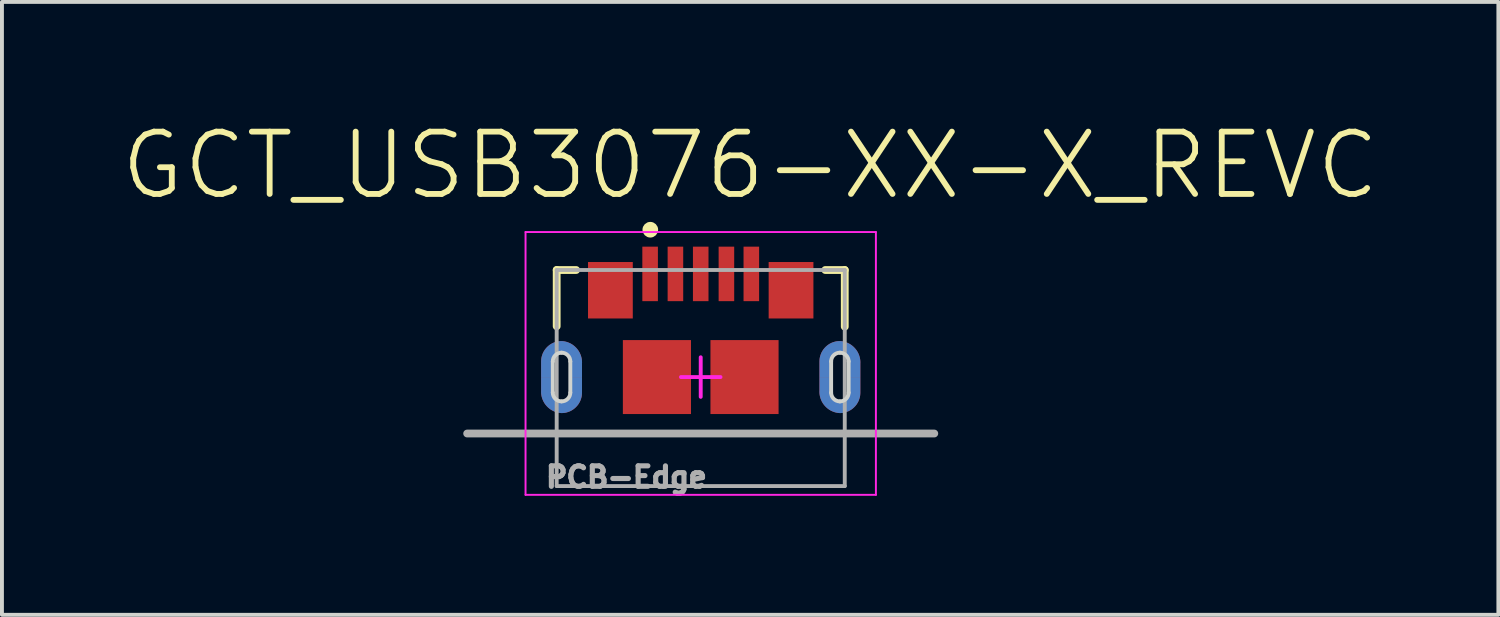
<source format=kicad_pcb>
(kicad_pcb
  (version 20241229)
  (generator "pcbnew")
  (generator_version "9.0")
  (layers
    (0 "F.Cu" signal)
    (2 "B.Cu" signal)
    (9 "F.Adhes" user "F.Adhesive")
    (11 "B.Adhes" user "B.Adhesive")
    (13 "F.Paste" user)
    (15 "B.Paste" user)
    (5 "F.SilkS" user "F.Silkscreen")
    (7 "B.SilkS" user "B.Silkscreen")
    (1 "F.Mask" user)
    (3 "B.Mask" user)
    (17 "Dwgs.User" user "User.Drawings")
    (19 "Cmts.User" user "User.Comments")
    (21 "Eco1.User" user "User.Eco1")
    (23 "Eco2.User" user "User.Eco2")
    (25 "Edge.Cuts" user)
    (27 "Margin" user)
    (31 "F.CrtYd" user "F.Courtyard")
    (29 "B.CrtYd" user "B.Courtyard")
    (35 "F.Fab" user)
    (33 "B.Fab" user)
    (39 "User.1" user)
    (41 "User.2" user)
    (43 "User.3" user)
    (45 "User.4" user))
  (footprint "GCT_USB3076-XX-X_REVC"
    (layer "F.Cu")
    (at 14.95 6.636)
    (property "Reference" "GCT_USB3076-XX-X_REVC" (at 1.27 -5.437 0) (layer "F.SilkS") (effects (font (size 1.6 1.6) (thickness 0.15))))
    (attr through_hole)
    (fp_poly (pts (xy -3.8 0) (xy -3.8 -0.4) (xy -3.8 -0.412) (xy -3.799 -0.424) (xy -3.797 -0.435) (xy -3.795 -0.447) (xy -3.792 -0.458) (xy -3.789 -0.47) (xy -3.785 -0.481) (xy -3.781 -0.492) (xy -3.775 -0.502) (xy -3.77 -0.512) (xy -3.764 -0.523) (xy -3.757 -0.532) (xy -3.75 -0.542) (xy -3.742 -0.551) (xy -3.734 -0.559) (xy -3.726 -0.567) (xy -3.717 -0.575) (xy -3.707 -0.582) (xy -3.698 -0.589) (xy -3.688 -0.595) (xy -3.677 -0.6) (xy -3.667 -0.606) (xy -3.656 -0.61) (xy -3.645 -0.614) (xy -3.633 -0.617) (xy -3.622 -0.62) (xy -3.61 -0.622) (xy -3.599 -0.624) (xy -3.587 -0.625) (xy -3.575 -0.625) (xy -3.563 -0.625) (xy -3.551 -0.624) (xy -3.54 -0.622) (xy -3.528 -0.62) (xy -3.517 -0.617) (xy -3.505 -0.614) (xy -3.494 -0.61) (xy -3.483 -0.606) (xy -3.473 -0.6) (xy -3.462 -0.595) (xy -3.452 -0.589) (xy -3.443 -0.582) (xy -3.433 -0.575) (xy -3.424 -0.567) (xy -3.416 -0.559) (xy -3.408 -0.551) (xy -3.4 -0.542) (xy -3.393 -0.532) (xy -3.386 -0.523) (xy -3.38 -0.512) (xy -3.375 -0.502) (xy -3.369 -0.492) (xy -3.365 -0.481) (xy -3.361 -0.47) (xy -3.358 -0.458) (xy -3.355 -0.447) (xy -3.353 -0.435) (xy -3.351 -0.424) (xy -3.35 -0.412) (xy -3.35 -0.4) (xy -3.35 0) (xy -3.05 0) (xy -3.05 -0.35) (xy -3.049 -0.375) (xy -3.05 -0.404) (xy -3.052 -0.433) (xy -3.056 -0.461) (xy -3.061 -0.489) (xy -3.068 -0.517) (xy -3.076 -0.545) (xy -3.086 -0.572) (xy -3.097 -0.599) (xy -3.109 -0.625) (xy -3.123 -0.65) (xy -3.138 -0.675) (xy -3.155 -0.699) (xy -3.172 -0.721) (xy -3.191 -0.743) (xy -3.211 -0.764) (xy -3.232 -0.784) (xy -3.254 -0.803) (xy -3.276 -0.82) (xy -3.3 -0.837) (xy -3.325 -0.852) (xy -3.35 -0.866) (xy -3.376 -0.878) (xy -3.403 -0.889) (xy -3.43 -0.899) (xy -3.458 -0.907) (xy -3.486 -0.914) (xy -3.514 -0.919) (xy -3.542 -0.923) (xy -3.575 -0.925) (xy -3.602 -0.924) (xy -3.63 -0.922) (xy -3.657 -0.919) (xy -3.684 -0.914) (xy -3.711 -0.907) (xy -3.737 -0.899) (xy -3.763 -0.89) (xy -3.789 -0.88) (xy -3.813 -0.868) (xy -3.837 -0.855) (xy -3.861 -0.84) (xy -3.884 -0.825) (xy -3.905 -0.808) (xy -3.926 -0.79) (xy -3.946 -0.771) (xy -3.965 -0.751) (xy -3.983 -0.73) (xy -4 -0.709) (xy -4.015 -0.686) (xy -4.03 -0.662) (xy -4.043 -0.638) (xy -4.055 -0.614) (xy -4.065 -0.588) (xy -4.074 -0.562) (xy -4.082 -0.536) (xy -4.089 -0.509) (xy -4.094 -0.482) (xy -4.097 -0.455) (xy -4.099 -0.427) (xy -4.1 -0.4) (xy -4.1 0) (xy -3.8 0)) (stroke (width 0.001) (type solid)) (fill yes) (layer "F.Cu"))
    (fp_poly (pts (xy -3.35 0) (xy -3.35 0.4) (xy -3.35 0.412) (xy -3.351 0.424) (xy -3.353 0.435) (xy -3.355 0.447) (xy -3.358 0.458) (xy -3.361 0.47) (xy -3.365 0.481) (xy -3.369 0.492) (xy -3.375 0.502) (xy -3.38 0.512) (xy -3.386 0.523) (xy -3.393 0.532) (xy -3.4 0.542) (xy -3.408 0.551) (xy -3.416 0.559) (xy -3.424 0.567) (xy -3.433 0.575) (xy -3.443 0.582) (xy -3.452 0.589) (xy -3.462 0.595) (xy -3.473 0.6) (xy -3.483 0.606) (xy -3.494 0.61) (xy -3.505 0.614) (xy -3.517 0.617) (xy -3.528 0.62) (xy -3.54 0.622) (xy -3.551 0.624) (xy -3.563 0.625) (xy -3.575 0.625) (xy -3.587 0.625) (xy -3.599 0.624) (xy -3.61 0.622) (xy -3.622 0.62) (xy -3.633 0.617) (xy -3.645 0.614) (xy -3.656 0.61) (xy -3.667 0.606) (xy -3.677 0.6) (xy -3.688 0.595) (xy -3.698 0.589) (xy -3.707 0.582) (xy -3.717 0.575) (xy -3.726 0.567) (xy -3.734 0.559) (xy -3.742 0.551) (xy -3.75 0.542) (xy -3.757 0.532) (xy -3.764 0.523) (xy -3.77 0.512) (xy -3.775 0.502) (xy -3.781 0.492) (xy -3.785 0.481) (xy -3.789 0.47) (xy -3.792 0.458) (xy -3.795 0.447) (xy -3.797 0.435) (xy -3.799 0.424) (xy -3.8 0.412) (xy -3.8 0.4) (xy -3.8 0) (xy -4.1 0) (xy -4.1 0.35) (xy -4.101 0.375) (xy -4.1 0.404) (xy -4.098 0.433) (xy -4.094 0.461) (xy -4.089 0.489) (xy -4.082 0.517) (xy -4.074 0.545) (xy -4.064 0.572) (xy -4.053 0.599) (xy -4.041 0.625) (xy -4.027 0.65) (xy -4.012 0.675) (xy -3.995 0.699) (xy -3.978 0.721) (xy -3.959 0.743) (xy -3.939 0.764) (xy -3.918 0.784) (xy -3.896 0.803) (xy -3.874 0.82) (xy -3.85 0.837) (xy -3.825 0.852) (xy -3.8 0.866) (xy -3.774 0.878) (xy -3.747 0.889) (xy -3.72 0.899) (xy -3.692 0.907) (xy -3.664 0.914) (xy -3.636 0.919) (xy -3.608 0.923) (xy -3.575 0.925) (xy -3.548 0.924) (xy -3.52 0.922) (xy -3.493 0.919) (xy -3.466 0.914) (xy -3.439 0.907) (xy -3.413 0.899) (xy -3.387 0.89) (xy -3.361 0.88) (xy -3.337 0.868) (xy -3.312 0.855) (xy -3.289 0.84) (xy -3.266 0.825) (xy -3.245 0.808) (xy -3.224 0.79) (xy -3.204 0.771) (xy -3.185 0.751) (xy -3.167 0.73) (xy -3.15 0.709) (xy -3.135 0.686) (xy -3.12 0.662) (xy -3.107 0.638) (xy -3.095 0.614) (xy -3.085 0.588) (xy -3.076 0.562) (xy -3.068 0.536) (xy -3.061 0.509) (xy -3.056 0.482) (xy -3.053 0.455) (xy -3.051 0.427) (xy -3.05 0.4) (xy -3.05 0) (xy -3.35 0)) (stroke (width 0.001) (type solid)) (fill yes) (layer "F.Cu"))
    (fp_poly (pts (xy 3.35 0) (xy 3.35 -0.4) (xy 3.35 -0.412) (xy 3.351 -0.424) (xy 3.353 -0.435) (xy 3.355 -0.447) (xy 3.358 -0.458) (xy 3.361 -0.47) (xy 3.365 -0.481) (xy 3.369 -0.492) (xy 3.375 -0.502) (xy 3.38 -0.512) (xy 3.386 -0.523) (xy 3.393 -0.532) (xy 3.4 -0.542) (xy 3.408 -0.551) (xy 3.416 -0.559) (xy 3.424 -0.567) (xy 3.433 -0.575) (xy 3.443 -0.582) (xy 3.452 -0.589) (xy 3.462 -0.595) (xy 3.473 -0.6) (xy 3.483 -0.606) (xy 3.494 -0.61) (xy 3.505 -0.614) (xy 3.517 -0.617) (xy 3.528 -0.62) (xy 3.54 -0.622) (xy 3.551 -0.624) (xy 3.563 -0.625) (xy 3.575 -0.625) (xy 3.587 -0.625) (xy 3.599 -0.624) (xy 3.61 -0.622) (xy 3.622 -0.62) (xy 3.633 -0.617) (xy 3.645 -0.614) (xy 3.656 -0.61) (xy 3.667 -0.606) (xy 3.677 -0.6) (xy 3.688 -0.595) (xy 3.698 -0.589) (xy 3.707 -0.582) (xy 3.717 -0.575) (xy 3.726 -0.567) (xy 3.734 -0.559) (xy 3.742 -0.551) (xy 3.75 -0.542) (xy 3.757 -0.532) (xy 3.764 -0.523) (xy 3.77 -0.512) (xy 3.775 -0.502) (xy 3.781 -0.492) (xy 3.785 -0.481) (xy 3.789 -0.47) (xy 3.792 -0.458) (xy 3.795 -0.447) (xy 3.797 -0.435) (xy 3.799 -0.424) (xy 3.8 -0.412) (xy 3.8 -0.4) (xy 3.8 0) (xy 4.1 0) (xy 4.1 -0.35) (xy 4.101 -0.375) (xy 4.1 -0.404) (xy 4.098 -0.433) (xy 4.094 -0.461) (xy 4.089 -0.489) (xy 4.082 -0.517) (xy 4.074 -0.545) (xy 4.064 -0.572) (xy 4.053 -0.599) (xy 4.041 -0.625) (xy 4.027 -0.65) (xy 4.012 -0.675) (xy 3.995 -0.699) (xy 3.978 -0.721) (xy 3.959 -0.743) (xy 3.939 -0.764) (xy 3.918 -0.784) (xy 3.896 -0.803) (xy 3.874 -0.82) (xy 3.85 -0.837) (xy 3.825 -0.852) (xy 3.8 -0.866) (xy 3.774 -0.878) (xy 3.747 -0.889) (xy 3.72 -0.899) (xy 3.692 -0.907) (xy 3.664 -0.914) (xy 3.636 -0.919) (xy 3.608 -0.923) (xy 3.575 -0.925) (xy 3.548 -0.924) (xy 3.52 -0.922) (xy 3.493 -0.919) (xy 3.466 -0.914) (xy 3.439 -0.907) (xy 3.413 -0.899) (xy 3.387 -0.89) (xy 3.361 -0.88) (xy 3.337 -0.868) (xy 3.312 -0.855) (xy 3.289 -0.84) (xy 3.266 -0.825) (xy 3.245 -0.808) (xy 3.224 -0.79) (xy 3.204 -0.771) (xy 3.185 -0.751) (xy 3.167 -0.73) (xy 3.15 -0.709) (xy 3.135 -0.686) (xy 3.12 -0.662) (xy 3.107 -0.638) (xy 3.095 -0.614) (xy 3.085 -0.588) (xy 3.076 -0.562) (xy 3.068 -0.536) (xy 3.061 -0.509) (xy 3.056 -0.482) (xy 3.053 -0.455) (xy 3.051 -0.427) (xy 3.05 -0.4) (xy 3.05 0) (xy 3.35 0)) (stroke (width 0.001) (type solid)) (fill yes) (layer "F.Cu"))
    (fp_poly (pts (xy 3.8 0) (xy 3.8 0.4) (xy 3.8 0.412) (xy 3.799 0.424) (xy 3.797 0.435) (xy 3.795 0.447) (xy 3.792 0.458) (xy 3.789 0.47) (xy 3.785 0.481) (xy 3.781 0.492) (xy 3.775 0.502) (xy 3.77 0.512) (xy 3.764 0.523) (xy 3.757 0.532) (xy 3.75 0.542) (xy 3.742 0.551) (xy 3.734 0.559) (xy 3.726 0.567) (xy 3.717 0.575) (xy 3.707 0.582) (xy 3.698 0.589) (xy 3.688 0.595) (xy 3.677 0.6) (xy 3.667 0.606) (xy 3.656 0.61) (xy 3.645 0.614) (xy 3.633 0.617) (xy 3.622 0.62) (xy 3.61 0.622) (xy 3.599 0.624) (xy 3.587 0.625) (xy 3.575 0.625) (xy 3.563 0.625) (xy 3.551 0.624) (xy 3.54 0.622) (xy 3.528 0.62) (xy 3.517 0.617) (xy 3.505 0.614) (xy 3.494 0.61) (xy 3.483 0.606) (xy 3.473 0.6) (xy 3.462 0.595) (xy 3.452 0.589) (xy 3.443 0.582) (xy 3.433 0.575) (xy 3.424 0.567) (xy 3.416 0.559) (xy 3.408 0.551) (xy 3.4 0.542) (xy 3.393 0.532) (xy 3.386 0.523) (xy 3.38 0.512) (xy 3.375 0.502) (xy 3.369 0.492) (xy 3.365 0.481) (xy 3.361 0.47) (xy 3.358 0.458) (xy 3.355 0.447) (xy 3.353 0.435) (xy 3.351 0.424) (xy 3.35 0.412) (xy 3.35 0.4) (xy 3.35 0) (xy 3.05 0) (xy 3.05 0.35) (xy 3.049 0.375) (xy 3.05 0.404) (xy 3.052 0.433) (xy 3.056 0.461) (xy 3.061 0.489) (xy 3.068 0.517) (xy 3.076 0.545) (xy 3.086 0.572) (xy 3.097 0.599) (xy 3.109 0.625) (xy 3.123 0.65) (xy 3.138 0.675) (xy 3.155 0.699) (xy 3.172 0.721) (xy 3.191 0.743) (xy 3.211 0.764) (xy 3.232 0.784) (xy 3.254 0.803) (xy 3.276 0.82) (xy 3.3 0.837) (xy 3.325 0.852) (xy 3.35 0.866) (xy 3.376 0.878) (xy 3.403 0.889) (xy 3.43 0.899) (xy 3.458 0.907) (xy 3.486 0.914) (xy 3.514 0.919) (xy 3.542 0.923) (xy 3.575 0.925) (xy 3.602 0.924) (xy 3.63 0.922) (xy 3.657 0.919) (xy 3.684 0.914) (xy 3.711 0.907) (xy 3.737 0.899) (xy 3.763 0.89) (xy 3.789 0.88) (xy 3.813 0.868) (xy 3.837 0.855) (xy 3.861 0.84) (xy 3.884 0.825) (xy 3.905 0.808) (xy 3.926 0.79) (xy 3.946 0.771) (xy 3.965 0.751) (xy 3.983 0.73) (xy 4 0.709) (xy 4.015 0.686) (xy 4.03 0.662) (xy 4.043 0.638) (xy 4.055 0.614) (xy 4.065 0.588) (xy 4.074 0.562) (xy 4.082 0.536) (xy 4.089 0.509) (xy 4.094 0.482) (xy 4.097 0.455) (xy 4.099 0.427) (xy 4.1 0.4) (xy 4.1 0) (xy 3.8 0)) (stroke (width 0.001) (type solid)) (fill yes) (layer "F.Cu"))
    (fp_poly (pts (xy -3.8 0) (xy -3.8 -0.4) (xy -3.8 -0.412) (xy -3.799 -0.424) (xy -3.797 -0.435) (xy -3.795 -0.447) (xy -3.792 -0.458) (xy -3.789 -0.47) (xy -3.785 -0.481) (xy -3.781 -0.492) (xy -3.775 -0.502) (xy -3.77 -0.512) (xy -3.764 -0.523) (xy -3.757 -0.532) (xy -3.75 -0.542) (xy -3.742 -0.551) (xy -3.734 -0.559) (xy -3.726 -0.567) (xy -3.717 -0.575) (xy -3.707 -0.582) (xy -3.698 -0.589) (xy -3.688 -0.595) (xy -3.677 -0.6) (xy -3.667 -0.606) (xy -3.656 -0.61) (xy -3.645 -0.614) (xy -3.633 -0.617) (xy -3.622 -0.62) (xy -3.61 -0.622) (xy -3.599 -0.624) (xy -3.587 -0.625) (xy -3.575 -0.625) (xy -3.563 -0.625) (xy -3.551 -0.624) (xy -3.54 -0.622) (xy -3.528 -0.62) (xy -3.517 -0.617) (xy -3.505 -0.614) (xy -3.494 -0.61) (xy -3.483 -0.606) (xy -3.473 -0.6) (xy -3.462 -0.595) (xy -3.452 -0.589) (xy -3.443 -0.582) (xy -3.433 -0.575) (xy -3.424 -0.567) (xy -3.416 -0.559) (xy -3.408 -0.551) (xy -3.4 -0.542) (xy -3.393 -0.532) (xy -3.386 -0.523) (xy -3.38 -0.512) (xy -3.375 -0.502) (xy -3.369 -0.492) (xy -3.365 -0.481) (xy -3.361 -0.47) (xy -3.358 -0.458) (xy -3.355 -0.447) (xy -3.353 -0.435) (xy -3.351 -0.424) (xy -3.35 -0.412) (xy -3.35 -0.4) (xy -3.35 0) (xy -3.05 0) (xy -3.05 -0.35) (xy -3.049 -0.375) (xy -3.05 -0.404) (xy -3.052 -0.433) (xy -3.056 -0.461) (xy -3.061 -0.489) (xy -3.068 -0.517) (xy -3.076 -0.545) (xy -3.086 -0.572) (xy -3.097 -0.599) (xy -3.109 -0.625) (xy -3.123 -0.65) (xy -3.138 -0.675) (xy -3.155 -0.699) (xy -3.172 -0.721) (xy -3.191 -0.743) (xy -3.211 -0.764) (xy -3.232 -0.784) (xy -3.254 -0.803) (xy -3.276 -0.82) (xy -3.3 -0.837) (xy -3.325 -0.852) (xy -3.35 -0.866) (xy -3.376 -0.878) (xy -3.403 -0.889) (xy -3.43 -0.899) (xy -3.458 -0.907) (xy -3.486 -0.914) (xy -3.514 -0.919) (xy -3.542 -0.923) (xy -3.575 -0.925) (xy -3.602 -0.924) (xy -3.63 -0.922) (xy -3.657 -0.919) (xy -3.684 -0.914) (xy -3.711 -0.907) (xy -3.737 -0.899) (xy -3.763 -0.89) (xy -3.789 -0.88) (xy -3.813 -0.868) (xy -3.837 -0.855) (xy -3.861 -0.84) (xy -3.884 -0.825) (xy -3.905 -0.808) (xy -3.926 -0.79) (xy -3.946 -0.771) (xy -3.965 -0.751) (xy -3.983 -0.73) (xy -4 -0.709) (xy -4.015 -0.686) (xy -4.03 -0.662) (xy -4.043 -0.638) (xy -4.055 -0.614) (xy -4.065 -0.588) (xy -4.074 -0.562) (xy -4.082 -0.536) (xy -4.089 -0.509) (xy -4.094 -0.482) (xy -4.097 -0.455) (xy -4.099 -0.427) (xy -4.1 -0.4) (xy -4.1 0) (xy -3.8 0)) (stroke (width 0.001) (type solid)) (fill yes) (layer "B.Cu"))
    (fp_poly (pts (xy -3.35 0) (xy -3.35 0.4) (xy -3.35 0.412) (xy -3.351 0.424) (xy -3.353 0.435) (xy -3.355 0.447) (xy -3.358 0.458) (xy -3.361 0.47) (xy -3.365 0.481) (xy -3.369 0.492) (xy -3.375 0.502) (xy -3.38 0.512) (xy -3.386 0.523) (xy -3.393 0.532) (xy -3.4 0.542) (xy -3.408 0.551) (xy -3.416 0.559) (xy -3.424 0.567) (xy -3.433 0.575) (xy -3.443 0.582) (xy -3.452 0.589) (xy -3.462 0.595) (xy -3.473 0.6) (xy -3.483 0.606) (xy -3.494 0.61) (xy -3.505 0.614) (xy -3.517 0.617) (xy -3.528 0.62) (xy -3.54 0.622) (xy -3.551 0.624) (xy -3.563 0.625) (xy -3.575 0.625) (xy -3.587 0.625) (xy -3.599 0.624) (xy -3.61 0.622) (xy -3.622 0.62) (xy -3.633 0.617) (xy -3.645 0.614) (xy -3.656 0.61) (xy -3.667 0.606) (xy -3.677 0.6) (xy -3.688 0.595) (xy -3.698 0.589) (xy -3.707 0.582) (xy -3.717 0.575) (xy -3.726 0.567) (xy -3.734 0.559) (xy -3.742 0.551) (xy -3.75 0.542) (xy -3.757 0.532) (xy -3.764 0.523) (xy -3.77 0.512) (xy -3.775 0.502) (xy -3.781 0.492) (xy -3.785 0.481) (xy -3.789 0.47) (xy -3.792 0.458) (xy -3.795 0.447) (xy -3.797 0.435) (xy -3.799 0.424) (xy -3.8 0.412) (xy -3.8 0.4) (xy -3.8 0) (xy -4.1 0) (xy -4.1 0.35) (xy -4.101 0.375) (xy -4.1 0.404) (xy -4.098 0.433) (xy -4.094 0.461) (xy -4.089 0.489) (xy -4.082 0.517) (xy -4.074 0.545) (xy -4.064 0.572) (xy -4.053 0.599) (xy -4.041 0.625) (xy -4.027 0.65) (xy -4.012 0.675) (xy -3.995 0.699) (xy -3.978 0.721) (xy -3.959 0.743) (xy -3.939 0.764) (xy -3.918 0.784) (xy -3.896 0.803) (xy -3.874 0.82) (xy -3.85 0.837) (xy -3.825 0.852) (xy -3.8 0.866) (xy -3.774 0.878) (xy -3.747 0.889) (xy -3.72 0.899) (xy -3.692 0.907) (xy -3.664 0.914) (xy -3.636 0.919) (xy -3.608 0.923) (xy -3.575 0.925) (xy -3.548 0.924) (xy -3.52 0.922) (xy -3.493 0.919) (xy -3.466 0.914) (xy -3.439 0.907) (xy -3.413 0.899) (xy -3.387 0.89) (xy -3.361 0.88) (xy -3.337 0.868) (xy -3.312 0.855) (xy -3.289 0.84) (xy -3.266 0.825) (xy -3.245 0.808) (xy -3.224 0.79) (xy -3.204 0.771) (xy -3.185 0.751) (xy -3.167 0.73) (xy -3.15 0.709) (xy -3.135 0.686) (xy -3.12 0.662) (xy -3.107 0.638) (xy -3.095 0.614) (xy -3.085 0.588) (xy -3.076 0.562) (xy -3.068 0.536) (xy -3.061 0.509) (xy -3.056 0.482) (xy -3.053 0.455) (xy -3.051 0.427) (xy -3.05 0.4) (xy -3.05 0) (xy -3.35 0)) (stroke (width 0.001) (type solid)) (fill yes) (layer "B.Cu"))
    (fp_poly (pts (xy 3.35 0) (xy 3.35 -0.4) (xy 3.35 -0.412) (xy 3.351 -0.424) (xy 3.353 -0.435) (xy 3.355 -0.447) (xy 3.358 -0.458) (xy 3.361 -0.47) (xy 3.365 -0.481) (xy 3.369 -0.492) (xy 3.375 -0.502) (xy 3.38 -0.512) (xy 3.386 -0.523) (xy 3.393 -0.532) (xy 3.4 -0.542) (xy 3.408 -0.551) (xy 3.416 -0.559) (xy 3.424 -0.567) (xy 3.433 -0.575) (xy 3.443 -0.582) (xy 3.452 -0.589) (xy 3.462 -0.595) (xy 3.473 -0.6) (xy 3.483 -0.606) (xy 3.494 -0.61) (xy 3.505 -0.614) (xy 3.517 -0.617) (xy 3.528 -0.62) (xy 3.54 -0.622) (xy 3.551 -0.624) (xy 3.563 -0.625) (xy 3.575 -0.625) (xy 3.587 -0.625) (xy 3.599 -0.624) (xy 3.61 -0.622) (xy 3.622 -0.62) (xy 3.633 -0.617) (xy 3.645 -0.614) (xy 3.656 -0.61) (xy 3.667 -0.606) (xy 3.677 -0.6) (xy 3.688 -0.595) (xy 3.698 -0.589) (xy 3.707 -0.582) (xy 3.717 -0.575) (xy 3.726 -0.567) (xy 3.734 -0.559) (xy 3.742 -0.551) (xy 3.75 -0.542) (xy 3.757 -0.532) (xy 3.764 -0.523) (xy 3.77 -0.512) (xy 3.775 -0.502) (xy 3.781 -0.492) (xy 3.785 -0.481) (xy 3.789 -0.47) (xy 3.792 -0.458) (xy 3.795 -0.447) (xy 3.797 -0.435) (xy 3.799 -0.424) (xy 3.8 -0.412) (xy 3.8 -0.4) (xy 3.8 0) (xy 4.1 0) (xy 4.1 -0.35) (xy 4.101 -0.375) (xy 4.1 -0.404) (xy 4.098 -0.433) (xy 4.094 -0.461) (xy 4.089 -0.489) (xy 4.082 -0.517) (xy 4.074 -0.545) (xy 4.064 -0.572) (xy 4.053 -0.599) (xy 4.041 -0.625) (xy 4.027 -0.65) (xy 4.012 -0.675) (xy 3.995 -0.699) (xy 3.978 -0.721) (xy 3.959 -0.743) (xy 3.939 -0.764) (xy 3.918 -0.784) (xy 3.896 -0.803) (xy 3.874 -0.82) (xy 3.85 -0.837) (xy 3.825 -0.852) (xy 3.8 -0.866) (xy 3.774 -0.878) (xy 3.747 -0.889) (xy 3.72 -0.899) (xy 3.692 -0.907) (xy 3.664 -0.914) (xy 3.636 -0.919) (xy 3.608 -0.923) (xy 3.575 -0.925) (xy 3.548 -0.924) (xy 3.52 -0.922) (xy 3.493 -0.919) (xy 3.466 -0.914) (xy 3.439 -0.907) (xy 3.413 -0.899) (xy 3.387 -0.89) (xy 3.361 -0.88) (xy 3.337 -0.868) (xy 3.312 -0.855) (xy 3.289 -0.84) (xy 3.266 -0.825) (xy 3.245 -0.808) (xy 3.224 -0.79) (xy 3.204 -0.771) (xy 3.185 -0.751) (xy 3.167 -0.73) (xy 3.15 -0.709) (xy 3.135 -0.686) (xy 3.12 -0.662) (xy 3.107 -0.638) (xy 3.095 -0.614) (xy 3.085 -0.588) (xy 3.076 -0.562) (xy 3.068 -0.536) (xy 3.061 -0.509) (xy 3.056 -0.482) (xy 3.053 -0.455) (xy 3.051 -0.427) (xy 3.05 -0.4) (xy 3.05 0) (xy 3.35 0)) (stroke (width 0.001) (type solid)) (fill yes) (layer "B.Cu"))
    (fp_poly (pts (xy 3.8 0) (xy 3.8 0.4) (xy 3.8 0.412) (xy 3.799 0.424) (xy 3.797 0.435) (xy 3.795 0.447) (xy 3.792 0.458) (xy 3.789 0.47) (xy 3.785 0.481) (xy 3.781 0.492) (xy 3.775 0.502) (xy 3.77 0.512) (xy 3.764 0.523) (xy 3.757 0.532) (xy 3.75 0.542) (xy 3.742 0.551) (xy 3.734 0.559) (xy 3.726 0.567) (xy 3.717 0.575) (xy 3.707 0.582) (xy 3.698 0.589) (xy 3.688 0.595) (xy 3.677 0.6) (xy 3.667 0.606) (xy 3.656 0.61) (xy 3.645 0.614) (xy 3.633 0.617) (xy 3.622 0.62) (xy 3.61 0.622) (xy 3.599 0.624) (xy 3.587 0.625) (xy 3.575 0.625) (xy 3.563 0.625) (xy 3.551 0.624) (xy 3.54 0.622) (xy 3.528 0.62) (xy 3.517 0.617) (xy 3.505 0.614) (xy 3.494 0.61) (xy 3.483 0.606) (xy 3.473 0.6) (xy 3.462 0.595) (xy 3.452 0.589) (xy 3.443 0.582) (xy 3.433 0.575) (xy 3.424 0.567) (xy 3.416 0.559) (xy 3.408 0.551) (xy 3.4 0.542) (xy 3.393 0.532) (xy 3.386 0.523) (xy 3.38 0.512) (xy 3.375 0.502) (xy 3.369 0.492) (xy 3.365 0.481) (xy 3.361 0.47) (xy 3.358 0.458) (xy 3.355 0.447) (xy 3.353 0.435) (xy 3.351 0.424) (xy 3.35 0.412) (xy 3.35 0.4) (xy 3.35 0) (xy 3.05 0) (xy 3.05 0.35) (xy 3.049 0.375) (xy 3.05 0.404) (xy 3.052 0.433) (xy 3.056 0.461) (xy 3.061 0.489) (xy 3.068 0.517) (xy 3.076 0.545) (xy 3.086 0.572) (xy 3.097 0.599) (xy 3.109 0.625) (xy 3.123 0.65) (xy 3.138 0.675) (xy 3.155 0.699) (xy 3.172 0.721) (xy 3.191 0.743) (xy 3.211 0.764) (xy 3.232 0.784) (xy 3.254 0.803) (xy 3.276 0.82) (xy 3.3 0.837) (xy 3.325 0.852) (xy 3.35 0.866) (xy 3.376 0.878) (xy 3.403 0.889) (xy 3.43 0.899) (xy 3.458 0.907) (xy 3.486 0.914) (xy 3.514 0.919) (xy 3.542 0.923) (xy 3.575 0.925) (xy 3.602 0.924) (xy 3.63 0.922) (xy 3.657 0.919) (xy 3.684 0.914) (xy 3.711 0.907) (xy 3.737 0.899) (xy 3.763 0.89) (xy 3.789 0.88) (xy 3.813 0.868) (xy 3.837 0.855) (xy 3.861 0.84) (xy 3.884 0.825) (xy 3.905 0.808) (xy 3.926 0.79) (xy 3.946 0.771) (xy 3.965 0.751) (xy 3.983 0.73) (xy 4 0.709) (xy 4.015 0.686) (xy 4.03 0.662) (xy 4.043 0.638) (xy 4.055 0.614) (xy 4.065 0.588) (xy 4.074 0.562) (xy 4.082 0.536) (xy 4.089 0.509) (xy 4.094 0.482) (xy 4.097 0.455) (xy 4.099 0.427) (xy 4.1 0.4) (xy 4.1 0) (xy 3.8 0)) (stroke (width 0.001) (type solid)) (fill yes) (layer "B.Cu"))
    (fp_line (start -3.7 -2.75) (end -3.2 -2.75) (stroke (width 0.2) (type solid)) (layer "F.SilkS"))
    (fp_line (start -3.7 -1.305) (end -3.7 -2.75) (stroke (width 0.2) (type solid)) (layer "F.SilkS"))
    (fp_line (start 3.2 -2.75) (end 3.7 -2.75) (stroke (width 0.2) (type solid)) (layer "F.SilkS"))
    (fp_line (start 3.7 -1.295) (end 3.7 -2.75) (stroke (width 0.2) (type solid)) (layer "F.SilkS"))
    (fp_circle (center -1.295 -3.785) (end -1.194 -3.785) (stroke (width 0.2) (type solid)) (fill no) (layer "F.SilkS"))
    (fp_poly (pts (xy -3.8 0) (xy -3.8 -0.4) (xy -3.8 -0.412) (xy -3.799 -0.424) (xy -3.797 -0.435) (xy -3.795 -0.447) (xy -3.792 -0.458) (xy -3.789 -0.47) (xy -3.785 -0.481) (xy -3.781 -0.492) (xy -3.775 -0.502) (xy -3.77 -0.512) (xy -3.764 -0.523) (xy -3.757 -0.532) (xy -3.75 -0.542) (xy -3.742 -0.551) (xy -3.734 -0.559) (xy -3.726 -0.567) (xy -3.717 -0.575) (xy -3.707 -0.582) (xy -3.698 -0.589) (xy -3.688 -0.595) (xy -3.677 -0.6) (xy -3.667 -0.606) (xy -3.656 -0.61) (xy -3.645 -0.614) (xy -3.633 -0.617) (xy -3.622 -0.62) (xy -3.61 -0.622) (xy -3.599 -0.624) (xy -3.587 -0.625) (xy -3.575 -0.625) (xy -3.563 -0.625) (xy -3.551 -0.624) (xy -3.54 -0.622) (xy -3.528 -0.62) (xy -3.517 -0.617) (xy -3.505 -0.614) (xy -3.494 -0.61) (xy -3.483 -0.606) (xy -3.473 -0.6) (xy -3.462 -0.595) (xy -3.452 -0.589) (xy -3.443 -0.582) (xy -3.433 -0.575) (xy -3.424 -0.567) (xy -3.416 -0.559) (xy -3.408 -0.551) (xy -3.4 -0.542) (xy -3.393 -0.532) (xy -3.386 -0.523) (xy -3.38 -0.512) (xy -3.375 -0.502) (xy -3.369 -0.492) (xy -3.365 -0.481) (xy -3.361 -0.47) (xy -3.358 -0.458) (xy -3.355 -0.447) (xy -3.353 -0.435) (xy -3.351 -0.424) (xy -3.35 -0.412) (xy -3.35 -0.4) (xy -3.35 0) (xy -3.05 0) (xy -3.05 -0.35) (xy -3.049 -0.375) (xy -3.05 -0.404) (xy -3.052 -0.433) (xy -3.056 -0.461) (xy -3.061 -0.489) (xy -3.068 -0.517) (xy -3.076 -0.545) (xy -3.086 -0.572) (xy -3.097 -0.599) (xy -3.109 -0.625) (xy -3.123 -0.65) (xy -3.138 -0.675) (xy -3.155 -0.699) (xy -3.172 -0.721) (xy -3.191 -0.743) (xy -3.211 -0.764) (xy -3.232 -0.784) (xy -3.254 -0.803) (xy -3.276 -0.82) (xy -3.3 -0.837) (xy -3.325 -0.852) (xy -3.35 -0.866) (xy -3.376 -0.878) (xy -3.403 -0.889) (xy -3.43 -0.899) (xy -3.458 -0.907) (xy -3.486 -0.914) (xy -3.514 -0.919) (xy -3.542 -0.923) (xy -3.575 -0.925) (xy -3.602 -0.924) (xy -3.63 -0.922) (xy -3.657 -0.919) (xy -3.684 -0.914) (xy -3.711 -0.907) (xy -3.737 -0.899) (xy -3.763 -0.89) (xy -3.789 -0.88) (xy -3.813 -0.868) (xy -3.837 -0.855) (xy -3.861 -0.84) (xy -3.884 -0.825) (xy -3.905 -0.808) (xy -3.926 -0.79) (xy -3.946 -0.771) (xy -3.965 -0.751) (xy -3.983 -0.73) (xy -4 -0.709) (xy -4.015 -0.686) (xy -4.03 -0.662) (xy -4.043 -0.638) (xy -4.055 -0.614) (xy -4.065 -0.588) (xy -4.074 -0.562) (xy -4.082 -0.536) (xy -4.089 -0.509) (xy -4.094 -0.482) (xy -4.097 -0.455) (xy -4.099 -0.427) (xy -4.1 -0.4) (xy -4.1 0) (xy -3.8 0)) (stroke (width 0.001) (type solid)) (fill yes) (layer "F.Paste"))
    (fp_poly (pts (xy -3.799 0) (xy -3.799 -0.4) (xy -3.799 -0.412) (xy -3.798 -0.424) (xy -3.796 -0.435) (xy -3.794 -0.447) (xy -3.791 -0.458) (xy -3.788 -0.47) (xy -3.784 -0.481) (xy -3.78 -0.492) (xy -3.774 -0.502) (xy -3.769 -0.512) (xy -3.763 -0.523) (xy -3.756 -0.532) (xy -3.749 -0.542) (xy -3.741 -0.551) (xy -3.733 -0.559) (xy -3.725 -0.567) (xy -3.716 -0.575) (xy -3.706 -0.582) (xy -3.697 -0.589) (xy -3.687 -0.595) (xy -3.676 -0.6) (xy -3.666 -0.606) (xy -3.655 -0.61) (xy -3.644 -0.614) (xy -3.632 -0.617) (xy -3.621 -0.62) (xy -3.609 -0.622) (xy -3.598 -0.624) (xy -3.586 -0.625) (xy -3.574 -0.625) (xy -3.562 -0.625) (xy -3.55 -0.624) (xy -3.539 -0.622) (xy -3.527 -0.62) (xy -3.516 -0.617) (xy -3.504 -0.614) (xy -3.493 -0.61) (xy -3.482 -0.606) (xy -3.472 -0.6) (xy -3.462 -0.595) (xy -3.451 -0.589) (xy -3.442 -0.582) (xy -3.432 -0.575) (xy -3.423 -0.567) (xy -3.415 -0.559) (xy -3.407 -0.551) (xy -3.399 -0.542) (xy -3.392 -0.532) (xy -3.385 -0.523) (xy -3.379 -0.512) (xy -3.374 -0.502) (xy -3.368 -0.492) (xy -3.364 -0.481) (xy -3.36 -0.47) (xy -3.357 -0.458) (xy -3.354 -0.447) (xy -3.352 -0.435) (xy -3.35 -0.424) (xy -3.349 -0.412) (xy -3.349 -0.4) (xy -3.349 0) (xy -3.049 0) (xy -3.049 -0.355) (xy -3.049 -0.387) (xy -3.05 -0.416) (xy -3.053 -0.444) (xy -3.057 -0.473) (xy -3.063 -0.501) (xy -3.07 -0.529) (xy -3.078 -0.556) (xy -3.088 -0.583) (xy -3.1 -0.609) (xy -3.113 -0.635) (xy -3.127 -0.66) (xy -3.142 -0.684) (xy -3.159 -0.707) (xy -3.177 -0.73) (xy -3.196 -0.751) (xy -3.216 -0.772) (xy -3.237 -0.791) (xy -3.259 -0.809) (xy -3.282 -0.826) (xy -3.306 -0.842) (xy -3.331 -0.857) (xy -3.356 -0.87) (xy -3.382 -0.882) (xy -3.409 -0.892) (xy -3.436 -0.902) (xy -3.464 -0.909) (xy -3.492 -0.915) (xy -3.52 -0.92) (xy -3.549 -0.923) (xy -3.574 -0.925) (xy -3.601 -0.924) (xy -3.629 -0.922) (xy -3.656 -0.919) (xy -3.683 -0.914) (xy -3.71 -0.907) (xy -3.736 -0.899) (xy -3.762 -0.89) (xy -3.788 -0.88) (xy -3.812 -0.868) (xy -3.837 -0.855) (xy -3.86 -0.84) (xy -3.883 -0.825) (xy -3.904 -0.808) (xy -3.925 -0.79) (xy -3.945 -0.771) (xy -3.964 -0.751) (xy -3.982 -0.73) (xy -3.999 -0.709) (xy -4.014 -0.686) (xy -4.029 -0.662) (xy -4.042 -0.638) (xy -4.054 -0.614) (xy -4.064 -0.588) (xy -4.073 -0.562) (xy -4.081 -0.536) (xy -4.088 -0.509) (xy -4.093 -0.482) (xy -4.096 -0.455) (xy -4.098 -0.427) (xy -4.099 -0.4) (xy -4.099 0) (xy -3.799 0)) (stroke (width 0.001) (type solid)) (fill yes) (layer "F.Paste"))
    (fp_poly (pts (xy -3.35 0) (xy -3.35 0.4) (xy -3.35 0.412) (xy -3.351 0.424) (xy -3.353 0.435) (xy -3.355 0.447) (xy -3.358 0.458) (xy -3.361 0.47) (xy -3.365 0.481) (xy -3.369 0.492) (xy -3.375 0.502) (xy -3.38 0.512) (xy -3.386 0.523) (xy -3.393 0.532) (xy -3.4 0.542) (xy -3.408 0.551) (xy -3.416 0.559) (xy -3.424 0.567) (xy -3.433 0.575) (xy -3.443 0.582) (xy -3.452 0.589) (xy -3.462 0.595) (xy -3.473 0.6) (xy -3.483 0.606) (xy -3.494 0.61) (xy -3.505 0.614) (xy -3.517 0.617) (xy -3.528 0.62) (xy -3.54 0.622) (xy -3.551 0.624) (xy -3.563 0.625) (xy -3.575 0.625) (xy -3.587 0.625) (xy -3.599 0.624) (xy -3.61 0.622) (xy -3.622 0.62) (xy -3.633 0.617) (xy -3.645 0.614) (xy -3.656 0.61) (xy -3.667 0.606) (xy -3.677 0.6) (xy -3.688 0.595) (xy -3.698 0.589) (xy -3.707 0.582) (xy -3.717 0.575) (xy -3.726 0.567) (xy -3.734 0.559) (xy -3.742 0.551) (xy -3.75 0.542) (xy -3.757 0.532) (xy -3.764 0.523) (xy -3.77 0.512) (xy -3.775 0.502) (xy -3.781 0.492) (xy -3.785 0.481) (xy -3.789 0.47) (xy -3.792 0.458) (xy -3.795 0.447) (xy -3.797 0.435) (xy -3.799 0.424) (xy -3.8 0.412) (xy -3.8 0.4) (xy -3.8 0) (xy -4.1 0) (xy -4.1 0.35) (xy -4.101 0.375) (xy -4.1 0.404) (xy -4.098 0.433) (xy -4.094 0.461) (xy -4.089 0.489) (xy -4.082 0.517) (xy -4.074 0.545) (xy -4.064 0.572) (xy -4.053 0.599) (xy -4.041 0.625) (xy -4.027 0.65) (xy -4.012 0.675) (xy -3.995 0.699) (xy -3.978 0.721) (xy -3.959 0.743) (xy -3.939 0.764) (xy -3.918 0.784) (xy -3.896 0.803) (xy -3.874 0.82) (xy -3.85 0.837) (xy -3.825 0.852) (xy -3.8 0.866) (xy -3.774 0.878) (xy -3.747 0.889) (xy -3.72 0.899) (xy -3.692 0.907) (xy -3.664 0.914) (xy -3.636 0.919) (xy -3.608 0.923) (xy -3.575 0.925) (xy -3.548 0.924) (xy -3.52 0.922) (xy -3.493 0.919) (xy -3.466 0.914) (xy -3.439 0.907) (xy -3.413 0.899) (xy -3.387 0.89) (xy -3.361 0.88) (xy -3.337 0.868) (xy -3.312 0.855) (xy -3.289 0.84) (xy -3.266 0.825) (xy -3.245 0.808) (xy -3.224 0.79) (xy -3.204 0.771) (xy -3.185 0.751) (xy -3.167 0.73) (xy -3.15 0.709) (xy -3.135 0.686) (xy -3.12 0.662) (xy -3.107 0.638) (xy -3.095 0.614) (xy -3.085 0.588) (xy -3.076 0.562) (xy -3.068 0.536) (xy -3.061 0.509) (xy -3.056 0.482) (xy -3.053 0.455) (xy -3.051 0.427) (xy -3.05 0.4) (xy -3.05 0) (xy -3.35 0)) (stroke (width 0.001) (type solid)) (fill yes) (layer "F.Paste"))
    (fp_poly (pts (xy -3.349 0) (xy -3.349 0.4) (xy -3.349 0.412) (xy -3.35 0.424) (xy -3.352 0.435) (xy -3.354 0.447) (xy -3.357 0.458) (xy -3.36 0.47) (xy -3.364 0.481) (xy -3.368 0.492) (xy -3.374 0.502) (xy -3.379 0.512) (xy -3.385 0.523) (xy -3.392 0.532) (xy -3.399 0.542) (xy -3.407 0.551) (xy -3.415 0.559) (xy -3.423 0.567) (xy -3.432 0.575) (xy -3.442 0.582) (xy -3.451 0.589) (xy -3.462 0.595) (xy -3.472 0.6) (xy -3.482 0.606) (xy -3.493 0.61) (xy -3.504 0.614) (xy -3.516 0.617) (xy -3.527 0.62) (xy -3.539 0.622) (xy -3.55 0.624) (xy -3.562 0.625) (xy -3.574 0.625) (xy -3.586 0.625) (xy -3.598 0.624) (xy -3.609 0.622) (xy -3.621 0.62) (xy -3.632 0.617) (xy -3.644 0.614) (xy -3.655 0.61) (xy -3.666 0.606) (xy -3.676 0.6) (xy -3.687 0.595) (xy -3.697 0.589) (xy -3.706 0.582) (xy -3.716 0.575) (xy -3.725 0.567) (xy -3.733 0.559) (xy -3.741 0.551) (xy -3.749 0.542) (xy -3.756 0.532) (xy -3.763 0.523) (xy -3.769 0.512) (xy -3.774 0.502) (xy -3.78 0.492) (xy -3.784 0.481) (xy -3.788 0.47) (xy -3.791 0.458) (xy -3.794 0.447) (xy -3.796 0.435) (xy -3.798 0.424) (xy -3.799 0.412) (xy -3.799 0.4) (xy -3.799 0) (xy -4.099 0) (xy -4.099 0.355) (xy -4.099 0.387) (xy -4.098 0.416) (xy -4.095 0.444) (xy -4.091 0.473) (xy -4.085 0.501) (xy -4.078 0.529) (xy -4.07 0.556) (xy -4.06 0.583) (xy -4.048 0.609) (xy -4.035 0.635) (xy -4.021 0.66) (xy -4.006 0.684) (xy -3.989 0.707) (xy -3.971 0.73) (xy -3.952 0.751) (xy -3.932 0.772) (xy -3.911 0.791) (xy -3.889 0.809) (xy -3.866 0.826) (xy -3.842 0.842) (xy -3.817 0.857) (xy -3.792 0.87) (xy -3.766 0.882) (xy -3.739 0.892) (xy -3.712 0.902) (xy -3.684 0.909) (xy -3.656 0.915) (xy -3.628 0.92) (xy -3.599 0.923) (xy -3.574 0.925) (xy -3.547 0.924) (xy -3.519 0.922) (xy -3.492 0.919) (xy -3.465 0.914) (xy -3.438 0.907) (xy -3.412 0.899) (xy -3.386 0.89) (xy -3.36 0.88) (xy -3.336 0.868) (xy -3.312 0.855) (xy -3.288 0.84) (xy -3.265 0.825) (xy -3.244 0.808) (xy -3.223 0.79) (xy -3.203 0.771) (xy -3.184 0.751) (xy -3.166 0.73) (xy -3.149 0.709) (xy -3.134 0.686) (xy -3.119 0.662) (xy -3.106 0.638) (xy -3.094 0.614) (xy -3.084 0.588) (xy -3.075 0.562) (xy -3.067 0.536) (xy -3.06 0.509) (xy -3.055 0.482) (xy -3.052 0.455) (xy -3.05 0.427) (xy -3.049 0.4) (xy -3.049 0) (xy -3.349 0)) (stroke (width 0.001) (type solid)) (fill yes) (layer "F.Paste"))
    (fp_poly (pts (xy 3.35 0) (xy 3.35 -0.4) (xy 3.35 -0.412) (xy 3.351 -0.424) (xy 3.353 -0.435) (xy 3.355 -0.447) (xy 3.358 -0.458) (xy 3.361 -0.47) (xy 3.365 -0.481) (xy 3.369 -0.492) (xy 3.375 -0.502) (xy 3.38 -0.512) (xy 3.386 -0.523) (xy 3.393 -0.532) (xy 3.4 -0.542) (xy 3.408 -0.551) (xy 3.416 -0.559) (xy 3.424 -0.567) (xy 3.433 -0.575) (xy 3.443 -0.582) (xy 3.452 -0.589) (xy 3.462 -0.595) (xy 3.473 -0.6) (xy 3.483 -0.606) (xy 3.494 -0.61) (xy 3.505 -0.614) (xy 3.517 -0.617) (xy 3.528 -0.62) (xy 3.54 -0.622) (xy 3.551 -0.624) (xy 3.563 -0.625) (xy 3.575 -0.625) (xy 3.587 -0.625) (xy 3.599 -0.624) (xy 3.61 -0.622) (xy 3.622 -0.62) (xy 3.633 -0.617) (xy 3.645 -0.614) (xy 3.656 -0.61) (xy 3.667 -0.606) (xy 3.677 -0.6) (xy 3.688 -0.595) (xy 3.698 -0.589) (xy 3.707 -0.582) (xy 3.717 -0.575) (xy 3.726 -0.567) (xy 3.734 -0.559) (xy 3.742 -0.551) (xy 3.75 -0.542) (xy 3.757 -0.532) (xy 3.764 -0.523) (xy 3.77 -0.512) (xy 3.775 -0.502) (xy 3.781 -0.492) (xy 3.785 -0.481) (xy 3.789 -0.47) (xy 3.792 -0.458) (xy 3.795 -0.447) (xy 3.797 -0.435) (xy 3.799 -0.424) (xy 3.8 -0.412) (xy 3.8 -0.4) (xy 3.8 0) (xy 4.1 0) (xy 4.1 -0.35) (xy 4.101 -0.375) (xy 4.1 -0.404) (xy 4.098 -0.433) (xy 4.094 -0.461) (xy 4.089 -0.489) (xy 4.082 -0.517) (xy 4.074 -0.545) (xy 4.064 -0.572) (xy 4.053 -0.599) (xy 4.041 -0.625) (xy 4.027 -0.65) (xy 4.012 -0.675) (xy 3.995 -0.699) (xy 3.978 -0.721) (xy 3.959 -0.743) (xy 3.939 -0.764) (xy 3.918 -0.784) (xy 3.896 -0.803) (xy 3.874 -0.82) (xy 3.85 -0.837) (xy 3.825 -0.852) (xy 3.8 -0.866) (xy 3.774 -0.878) (xy 3.747 -0.889) (xy 3.72 -0.899) (xy 3.692 -0.907) (xy 3.664 -0.914) (xy 3.636 -0.919) (xy 3.608 -0.923) (xy 3.575 -0.925) (xy 3.548 -0.924) (xy 3.52 -0.922) (xy 3.493 -0.919) (xy 3.466 -0.914) (xy 3.439 -0.907) (xy 3.413 -0.899) (xy 3.387 -0.89) (xy 3.361 -0.88) (xy 3.337 -0.868) (xy 3.312 -0.855) (xy 3.289 -0.84) (xy 3.266 -0.825) (xy 3.245 -0.808) (xy 3.224 -0.79) (xy 3.204 -0.771) (xy 3.185 -0.751) (xy 3.167 -0.73) (xy 3.15 -0.709) (xy 3.135 -0.686) (xy 3.12 -0.662) (xy 3.107 -0.638) (xy 3.095 -0.614) (xy 3.085 -0.588) (xy 3.076 -0.562) (xy 3.068 -0.536) (xy 3.061 -0.509) (xy 3.056 -0.482) (xy 3.053 -0.455) (xy 3.051 -0.427) (xy 3.05 -0.4) (xy 3.05 0) (xy 3.35 0)) (stroke (width 0.001) (type solid)) (fill yes) (layer "F.Paste"))
    (fp_poly (pts (xy 3.351 0) (xy 3.351 -0.4) (xy 3.351 -0.412) (xy 3.352 -0.424) (xy 3.354 -0.435) (xy 3.356 -0.447) (xy 3.359 -0.458) (xy 3.362 -0.47) (xy 3.366 -0.481) (xy 3.37 -0.492) (xy 3.376 -0.502) (xy 3.381 -0.512) (xy 3.387 -0.523) (xy 3.394 -0.532) (xy 3.401 -0.542) (xy 3.409 -0.551) (xy 3.417 -0.559) (xy 3.425 -0.567) (xy 3.434 -0.575) (xy 3.444 -0.582) (xy 3.453 -0.589) (xy 3.463 -0.595) (xy 3.474 -0.6) (xy 3.484 -0.606) (xy 3.495 -0.61) (xy 3.506 -0.614) (xy 3.518 -0.617) (xy 3.529 -0.62) (xy 3.541 -0.622) (xy 3.552 -0.624) (xy 3.564 -0.625) (xy 3.576 -0.625) (xy 3.588 -0.625) (xy 3.6 -0.624) (xy 3.611 -0.622) (xy 3.623 -0.62) (xy 3.634 -0.617) (xy 3.646 -0.614) (xy 3.657 -0.61) (xy 3.668 -0.606) (xy 3.678 -0.6) (xy 3.688 -0.595) (xy 3.699 -0.589) (xy 3.708 -0.582) (xy 3.718 -0.575) (xy 3.727 -0.567) (xy 3.735 -0.559) (xy 3.743 -0.551) (xy 3.751 -0.542) (xy 3.758 -0.532) (xy 3.765 -0.523) (xy 3.771 -0.512) (xy 3.776 -0.502) (xy 3.782 -0.492) (xy 3.786 -0.481) (xy 3.79 -0.47) (xy 3.793 -0.458) (xy 3.796 -0.447) (xy 3.798 -0.435) (xy 3.8 -0.424) (xy 3.801 -0.412) (xy 3.801 -0.4) (xy 3.801 0) (xy 4.101 0) (xy 4.101 -0.355) (xy 4.101 -0.387) (xy 4.1 -0.416) (xy 4.097 -0.444) (xy 4.093 -0.473) (xy 4.087 -0.501) (xy 4.08 -0.529) (xy 4.072 -0.556) (xy 4.062 -0.583) (xy 4.05 -0.609) (xy 4.037 -0.635) (xy 4.023 -0.66) (xy 4.008 -0.684) (xy 3.991 -0.707) (xy 3.973 -0.73) (xy 3.954 -0.751) (xy 3.934 -0.772) (xy 3.913 -0.791) (xy 3.891 -0.809) (xy 3.868 -0.826) (xy 3.844 -0.842) (xy 3.819 -0.857) (xy 3.794 -0.87) (xy 3.768 -0.882) (xy 3.741 -0.892) (xy 3.714 -0.902) (xy 3.686 -0.909) (xy 3.658 -0.915) (xy 3.63 -0.92) (xy 3.601 -0.923) (xy 3.576 -0.925) (xy 3.549 -0.924) (xy 3.521 -0.922) (xy 3.494 -0.919) (xy 3.467 -0.914) (xy 3.44 -0.907) (xy 3.414 -0.899) (xy 3.388 -0.89) (xy 3.362 -0.88) (xy 3.338 -0.868) (xy 3.313 -0.855) (xy 3.29 -0.84) (xy 3.267 -0.825) (xy 3.246 -0.808) (xy 3.225 -0.79) (xy 3.205 -0.771) (xy 3.186 -0.751) (xy 3.168 -0.73) (xy 3.151 -0.709) (xy 3.136 -0.686) (xy 3.121 -0.662) (xy 3.108 -0.638) (xy 3.096 -0.614) (xy 3.086 -0.588) (xy 3.077 -0.562) (xy 3.069 -0.536) (xy 3.062 -0.509) (xy 3.057 -0.482) (xy 3.054 -0.455) (xy 3.052 -0.427) (xy 3.051 -0.4) (xy 3.051 0) (xy 3.351 0)) (stroke (width 0.001) (type solid)) (fill yes) (layer "F.Paste"))
    (fp_poly (pts (xy 3.8 0) (xy 3.8 0.4) (xy 3.8 0.412) (xy 3.799 0.424) (xy 3.797 0.435) (xy 3.795 0.447) (xy 3.792 0.458) (xy 3.789 0.47) (xy 3.785 0.481) (xy 3.781 0.492) (xy 3.775 0.502) (xy 3.77 0.512) (xy 3.764 0.523) (xy 3.757 0.532) (xy 3.75 0.542) (xy 3.742 0.551) (xy 3.734 0.559) (xy 3.726 0.567) (xy 3.717 0.575) (xy 3.707 0.582) (xy 3.698 0.589) (xy 3.688 0.595) (xy 3.677 0.6) (xy 3.667 0.606) (xy 3.656 0.61) (xy 3.645 0.614) (xy 3.633 0.617) (xy 3.622 0.62) (xy 3.61 0.622) (xy 3.599 0.624) (xy 3.587 0.625) (xy 3.575 0.625) (xy 3.563 0.625) (xy 3.551 0.624) (xy 3.54 0.622) (xy 3.528 0.62) (xy 3.517 0.617) (xy 3.505 0.614) (xy 3.494 0.61) (xy 3.483 0.606) (xy 3.473 0.6) (xy 3.462 0.595) (xy 3.452 0.589) (xy 3.443 0.582) (xy 3.433 0.575) (xy 3.424 0.567) (xy 3.416 0.559) (xy 3.408 0.551) (xy 3.4 0.542) (xy 3.393 0.532) (xy 3.386 0.523) (xy 3.38 0.512) (xy 3.375 0.502) (xy 3.369 0.492) (xy 3.365 0.481) (xy 3.361 0.47) (xy 3.358 0.458) (xy 3.355 0.447) (xy 3.353 0.435) (xy 3.351 0.424) (xy 3.35 0.412) (xy 3.35 0.4) (xy 3.35 0) (xy 3.05 0) (xy 3.05 0.35) (xy 3.049 0.375) (xy 3.05 0.404) (xy 3.052 0.433) (xy 3.056 0.461) (xy 3.061 0.489) (xy 3.068 0.517) (xy 3.076 0.545) (xy 3.086 0.572) (xy 3.097 0.599) (xy 3.109 0.625) (xy 3.123 0.65) (xy 3.138 0.675) (xy 3.155 0.699) (xy 3.172 0.721) (xy 3.191 0.743) (xy 3.211 0.764) (xy 3.232 0.784) (xy 3.254 0.803) (xy 3.276 0.82) (xy 3.3 0.837) (xy 3.325 0.852) (xy 3.35 0.866) (xy 3.376 0.878) (xy 3.403 0.889) (xy 3.43 0.899) (xy 3.458 0.907) (xy 3.486 0.914) (xy 3.514 0.919) (xy 3.542 0.923) (xy 3.575 0.925) (xy 3.602 0.924) (xy 3.63 0.922) (xy 3.657 0.919) (xy 3.684 0.914) (xy 3.711 0.907) (xy 3.737 0.899) (xy 3.763 0.89) (xy 3.789 0.88) (xy 3.813 0.868) (xy 3.837 0.855) (xy 3.861 0.84) (xy 3.884 0.825) (xy 3.905 0.808) (xy 3.926 0.79) (xy 3.946 0.771) (xy 3.965 0.751) (xy 3.983 0.73) (xy 4 0.709) (xy 4.015 0.686) (xy 4.03 0.662) (xy 4.043 0.638) (xy 4.055 0.614) (xy 4.065 0.588) (xy 4.074 0.562) (xy 4.082 0.536) (xy 4.089 0.509) (xy 4.094 0.482) (xy 4.097 0.455) (xy 4.099 0.427) (xy 4.1 0.4) (xy 4.1 0) (xy 3.8 0)) (stroke (width 0.001) (type solid)) (fill yes) (layer "F.Paste"))
    (fp_poly (pts (xy 3.801 0) (xy 3.801 0.4) (xy 3.801 0.412) (xy 3.8 0.424) (xy 3.798 0.435) (xy 3.796 0.447) (xy 3.793 0.458) (xy 3.79 0.47) (xy 3.786 0.481) (xy 3.782 0.492) (xy 3.776 0.502) (xy 3.771 0.512) (xy 3.765 0.523) (xy 3.758 0.532) (xy 3.751 0.542) (xy 3.743 0.551) (xy 3.735 0.559) (xy 3.727 0.567) (xy 3.718 0.575) (xy 3.708 0.582) (xy 3.699 0.589) (xy 3.688 0.595) (xy 3.678 0.6) (xy 3.668 0.606) (xy 3.657 0.61) (xy 3.646 0.614) (xy 3.634 0.617) (xy 3.623 0.62) (xy 3.611 0.622) (xy 3.6 0.624) (xy 3.588 0.625) (xy 3.576 0.625) (xy 3.564 0.625) (xy 3.552 0.624) (xy 3.541 0.622) (xy 3.529 0.62) (xy 3.518 0.617) (xy 3.506 0.614) (xy 3.495 0.61) (xy 3.484 0.606) (xy 3.474 0.6) (xy 3.463 0.595) (xy 3.453 0.589) (xy 3.444 0.582) (xy 3.434 0.575) (xy 3.425 0.567) (xy 3.417 0.559) (xy 3.409 0.551) (xy 3.401 0.542) (xy 3.394 0.532) (xy 3.387 0.523) (xy 3.381 0.512) (xy 3.376 0.502) (xy 3.37 0.492) (xy 3.366 0.481) (xy 3.362 0.47) (xy 3.359 0.458) (xy 3.356 0.447) (xy 3.354 0.435) (xy 3.352 0.424) (xy 3.351 0.412) (xy 3.351 0.4) (xy 3.351 0) (xy 3.051 0) (xy 3.051 0.355) (xy 3.051 0.387) (xy 3.052 0.416) (xy 3.055 0.444) (xy 3.059 0.473) (xy 3.065 0.501) (xy 3.072 0.529) (xy 3.08 0.556) (xy 3.09 0.583) (xy 3.102 0.609) (xy 3.115 0.635) (xy 3.129 0.66) (xy 3.144 0.684) (xy 3.161 0.707) (xy 3.179 0.73) (xy 3.198 0.751) (xy 3.218 0.772) (xy 3.239 0.791) (xy 3.261 0.809) (xy 3.284 0.826) (xy 3.308 0.842) (xy 3.333 0.857) (xy 3.358 0.87) (xy 3.384 0.882) (xy 3.411 0.892) (xy 3.438 0.902) (xy 3.466 0.909) (xy 3.494 0.915) (xy 3.522 0.92) (xy 3.551 0.923) (xy 3.576 0.925) (xy 3.603 0.924) (xy 3.631 0.922) (xy 3.658 0.919) (xy 3.685 0.914) (xy 3.712 0.907) (xy 3.738 0.899) (xy 3.764 0.89) (xy 3.79 0.88) (xy 3.814 0.868) (xy 3.838 0.855) (xy 3.862 0.84) (xy 3.885 0.825) (xy 3.906 0.808) (xy 3.927 0.79) (xy 3.947 0.771) (xy 3.966 0.751) (xy 3.984 0.73) (xy 4.001 0.709) (xy 4.016 0.686) (xy 4.031 0.662) (xy 4.044 0.638) (xy 4.056 0.614) (xy 4.066 0.588) (xy 4.075 0.562) (xy 4.083 0.536) (xy 4.09 0.509) (xy 4.095 0.482) (xy 4.098 0.455) (xy 4.1 0.427) (xy 4.101 0.4) (xy 4.101 0) (xy 3.801 0)) (stroke (width 0.001) (type solid)) (fill yes) (layer "F.Paste"))
    (fp_poly (pts (xy -3.8 0) (xy -3.8 -0.4) (xy -3.8 -0.412) (xy -3.799 -0.424) (xy -3.797 -0.435) (xy -3.795 -0.447) (xy -3.792 -0.458) (xy -3.789 -0.47) (xy -3.785 -0.481) (xy -3.781 -0.492) (xy -3.775 -0.502) (xy -3.77 -0.512) (xy -3.764 -0.523) (xy -3.757 -0.532) (xy -3.75 -0.542) (xy -3.742 -0.551) (xy -3.734 -0.559) (xy -3.726 -0.567) (xy -3.717 -0.575) (xy -3.707 -0.582) (xy -3.698 -0.589) (xy -3.688 -0.595) (xy -3.677 -0.6) (xy -3.667 -0.606) (xy -3.656 -0.61) (xy -3.645 -0.614) (xy -3.633 -0.617) (xy -3.622 -0.62) (xy -3.61 -0.622) (xy -3.599 -0.624) (xy -3.587 -0.625) (xy -3.575 -0.625) (xy -3.563 -0.625) (xy -3.551 -0.624) (xy -3.54 -0.622) (xy -3.528 -0.62) (xy -3.517 -0.617) (xy -3.505 -0.614) (xy -3.494 -0.61) (xy -3.483 -0.606) (xy -3.473 -0.6) (xy -3.462 -0.595) (xy -3.452 -0.589) (xy -3.443 -0.582) (xy -3.433 -0.575) (xy -3.424 -0.567) (xy -3.416 -0.559) (xy -3.408 -0.551) (xy -3.4 -0.542) (xy -3.393 -0.532) (xy -3.386 -0.523) (xy -3.38 -0.512) (xy -3.375 -0.502) (xy -3.369 -0.492) (xy -3.365 -0.481) (xy -3.361 -0.47) (xy -3.358 -0.458) (xy -3.355 -0.447) (xy -3.353 -0.435) (xy -3.351 -0.424) (xy -3.35 -0.412) (xy -3.35 -0.4) (xy -3.35 0) (xy -3.05 0) (xy -3.05 -0.35) (xy -3.049 -0.375) (xy -3.05 -0.404) (xy -3.052 -0.433) (xy -3.056 -0.461) (xy -3.061 -0.489) (xy -3.068 -0.517) (xy -3.076 -0.545) (xy -3.086 -0.572) (xy -3.097 -0.599) (xy -3.109 -0.625) (xy -3.123 -0.65) (xy -3.138 -0.675) (xy -3.155 -0.699) (xy -3.172 -0.721) (xy -3.191 -0.743) (xy -3.211 -0.764) (xy -3.232 -0.784) (xy -3.254 -0.803) (xy -3.276 -0.82) (xy -3.3 -0.837) (xy -3.325 -0.852) (xy -3.35 -0.866) (xy -3.376 -0.878) (xy -3.403 -0.889) (xy -3.43 -0.899) (xy -3.458 -0.907) (xy -3.486 -0.914) (xy -3.514 -0.919) (xy -3.542 -0.923) (xy -3.575 -0.925) (xy -3.602 -0.924) (xy -3.63 -0.922) (xy -3.657 -0.919) (xy -3.684 -0.914) (xy -3.711 -0.907) (xy -3.737 -0.899) (xy -3.763 -0.89) (xy -3.789 -0.88) (xy -3.813 -0.868) (xy -3.837 -0.855) (xy -3.861 -0.84) (xy -3.884 -0.825) (xy -3.905 -0.808) (xy -3.926 -0.79) (xy -3.946 -0.771) (xy -3.965 -0.751) (xy -3.983 -0.73) (xy -4 -0.709) (xy -4.015 -0.686) (xy -4.03 -0.662) (xy -4.043 -0.638) (xy -4.055 -0.614) (xy -4.065 -0.588) (xy -4.074 -0.562) (xy -4.082 -0.536) (xy -4.089 -0.509) (xy -4.094 -0.482) (xy -4.097 -0.455) (xy -4.099 -0.427) (xy -4.1 -0.4) (xy -4.1 0) (xy -3.8 0)) (stroke (width 0.001) (type solid)) (fill yes) (layer "B.Paste"))
    (fp_poly (pts (xy -3.799 0) (xy -3.799 -0.4) (xy -3.799 -0.412) (xy -3.798 -0.424) (xy -3.796 -0.435) (xy -3.794 -0.447) (xy -3.791 -0.458) (xy -3.788 -0.47) (xy -3.784 -0.481) (xy -3.78 -0.492) (xy -3.774 -0.502) (xy -3.769 -0.512) (xy -3.763 -0.523) (xy -3.756 -0.532) (xy -3.749 -0.542) (xy -3.741 -0.551) (xy -3.733 -0.559) (xy -3.725 -0.567) (xy -3.716 -0.575) (xy -3.706 -0.582) (xy -3.697 -0.589) (xy -3.687 -0.595) (xy -3.676 -0.6) (xy -3.666 -0.606) (xy -3.655 -0.61) (xy -3.644 -0.614) (xy -3.632 -0.617) (xy -3.621 -0.62) (xy -3.609 -0.622) (xy -3.598 -0.624) (xy -3.586 -0.625) (xy -3.574 -0.625) (xy -3.562 -0.625) (xy -3.55 -0.624) (xy -3.539 -0.622) (xy -3.527 -0.62) (xy -3.516 -0.617) (xy -3.504 -0.614) (xy -3.493 -0.61) (xy -3.482 -0.606) (xy -3.472 -0.6) (xy -3.462 -0.595) (xy -3.451 -0.589) (xy -3.442 -0.582) (xy -3.432 -0.575) (xy -3.423 -0.567) (xy -3.415 -0.559) (xy -3.407 -0.551) (xy -3.399 -0.542) (xy -3.392 -0.532) (xy -3.385 -0.523) (xy -3.379 -0.512) (xy -3.374 -0.502) (xy -3.368 -0.492) (xy -3.364 -0.481) (xy -3.36 -0.47) (xy -3.357 -0.458) (xy -3.354 -0.447) (xy -3.352 -0.435) (xy -3.35 -0.424) (xy -3.349 -0.412) (xy -3.349 -0.4) (xy -3.349 0) (xy -3.049 0) (xy -3.049 -0.355) (xy -3.049 -0.387) (xy -3.05 -0.416) (xy -3.053 -0.444) (xy -3.057 -0.473) (xy -3.063 -0.501) (xy -3.07 -0.529) (xy -3.078 -0.556) (xy -3.088 -0.583) (xy -3.1 -0.609) (xy -3.113 -0.635) (xy -3.127 -0.66) (xy -3.142 -0.684) (xy -3.159 -0.707) (xy -3.177 -0.73) (xy -3.196 -0.751) (xy -3.216 -0.772) (xy -3.237 -0.791) (xy -3.259 -0.809) (xy -3.282 -0.826) (xy -3.306 -0.842) (xy -3.331 -0.857) (xy -3.356 -0.87) (xy -3.382 -0.882) (xy -3.409 -0.892) (xy -3.436 -0.902) (xy -3.464 -0.909) (xy -3.492 -0.915) (xy -3.52 -0.92) (xy -3.549 -0.923) (xy -3.574 -0.925) (xy -3.601 -0.924) (xy -3.629 -0.922) (xy -3.656 -0.919) (xy -3.683 -0.914) (xy -3.71 -0.907) (xy -3.736 -0.899) (xy -3.762 -0.89) (xy -3.788 -0.88) (xy -3.812 -0.868) (xy -3.837 -0.855) (xy -3.86 -0.84) (xy -3.883 -0.825) (xy -3.904 -0.808) (xy -3.925 -0.79) (xy -3.945 -0.771) (xy -3.964 -0.751) (xy -3.982 -0.73) (xy -3.999 -0.709) (xy -4.014 -0.686) (xy -4.029 -0.662) (xy -4.042 -0.638) (xy -4.054 -0.614) (xy -4.064 -0.588) (xy -4.073 -0.562) (xy -4.081 -0.536) (xy -4.088 -0.509) (xy -4.093 -0.482) (xy -4.096 -0.455) (xy -4.098 -0.427) (xy -4.099 -0.4) (xy -4.099 0) (xy -3.799 0)) (stroke (width 0.001) (type solid)) (fill yes) (layer "B.Paste"))
    (fp_poly (pts (xy -3.35 0) (xy -3.35 0.4) (xy -3.35 0.412) (xy -3.351 0.424) (xy -3.353 0.435) (xy -3.355 0.447) (xy -3.358 0.458) (xy -3.361 0.47) (xy -3.365 0.481) (xy -3.369 0.492) (xy -3.375 0.502) (xy -3.38 0.512) (xy -3.386 0.523) (xy -3.393 0.532) (xy -3.4 0.542) (xy -3.408 0.551) (xy -3.416 0.559) (xy -3.424 0.567) (xy -3.433 0.575) (xy -3.443 0.582) (xy -3.452 0.589) (xy -3.462 0.595) (xy -3.473 0.6) (xy -3.483 0.606) (xy -3.494 0.61) (xy -3.505 0.614) (xy -3.517 0.617) (xy -3.528 0.62) (xy -3.54 0.622) (xy -3.551 0.624) (xy -3.563 0.625) (xy -3.575 0.625) (xy -3.587 0.625) (xy -3.599 0.624) (xy -3.61 0.622) (xy -3.622 0.62) (xy -3.633 0.617) (xy -3.645 0.614) (xy -3.656 0.61) (xy -3.667 0.606) (xy -3.677 0.6) (xy -3.688 0.595) (xy -3.698 0.589) (xy -3.707 0.582) (xy -3.717 0.575) (xy -3.726 0.567) (xy -3.734 0.559) (xy -3.742 0.551) (xy -3.75 0.542) (xy -3.757 0.532) (xy -3.764 0.523) (xy -3.77 0.512) (xy -3.775 0.502) (xy -3.781 0.492) (xy -3.785 0.481) (xy -3.789 0.47) (xy -3.792 0.458) (xy -3.795 0.447) (xy -3.797 0.435) (xy -3.799 0.424) (xy -3.8 0.412) (xy -3.8 0.4) (xy -3.8 0) (xy -4.1 0) (xy -4.1 0.35) (xy -4.101 0.375) (xy -4.1 0.404) (xy -4.098 0.433) (xy -4.094 0.461) (xy -4.089 0.489) (xy -4.082 0.517) (xy -4.074 0.545) (xy -4.064 0.572) (xy -4.053 0.599) (xy -4.041 0.625) (xy -4.027 0.65) (xy -4.012 0.675) (xy -3.995 0.699) (xy -3.978 0.721) (xy -3.959 0.743) (xy -3.939 0.764) (xy -3.918 0.784) (xy -3.896 0.803) (xy -3.874 0.82) (xy -3.85 0.837) (xy -3.825 0.852) (xy -3.8 0.866) (xy -3.774 0.878) (xy -3.747 0.889) (xy -3.72 0.899) (xy -3.692 0.907) (xy -3.664 0.914) (xy -3.636 0.919) (xy -3.608 0.923) (xy -3.575 0.925) (xy -3.548 0.924) (xy -3.52 0.922) (xy -3.493 0.919) (xy -3.466 0.914) (xy -3.439 0.907) (xy -3.413 0.899) (xy -3.387 0.89) (xy -3.361 0.88) (xy -3.337 0.868) (xy -3.312 0.855) (xy -3.289 0.84) (xy -3.266 0.825) (xy -3.245 0.808) (xy -3.224 0.79) (xy -3.204 0.771) (xy -3.185 0.751) (xy -3.167 0.73) (xy -3.15 0.709) (xy -3.135 0.686) (xy -3.12 0.662) (xy -3.107 0.638) (xy -3.095 0.614) (xy -3.085 0.588) (xy -3.076 0.562) (xy -3.068 0.536) (xy -3.061 0.509) (xy -3.056 0.482) (xy -3.053 0.455) (xy -3.051 0.427) (xy -3.05 0.4) (xy -3.05 0) (xy -3.35 0)) (stroke (width 0.001) (type solid)) (fill yes) (layer "B.Paste"))
    (fp_poly (pts (xy -3.349 0) (xy -3.349 0.4) (xy -3.349 0.412) (xy -3.35 0.424) (xy -3.352 0.435) (xy -3.354 0.447) (xy -3.357 0.458) (xy -3.36 0.47) (xy -3.364 0.481) (xy -3.368 0.492) (xy -3.374 0.502) (xy -3.379 0.512) (xy -3.385 0.523) (xy -3.392 0.532) (xy -3.399 0.542) (xy -3.407 0.551) (xy -3.415 0.559) (xy -3.423 0.567) (xy -3.432 0.575) (xy -3.442 0.582) (xy -3.451 0.589) (xy -3.462 0.595) (xy -3.472 0.6) (xy -3.482 0.606) (xy -3.493 0.61) (xy -3.504 0.614) (xy -3.516 0.617) (xy -3.527 0.62) (xy -3.539 0.622) (xy -3.55 0.624) (xy -3.562 0.625) (xy -3.574 0.625) (xy -3.586 0.625) (xy -3.598 0.624) (xy -3.609 0.622) (xy -3.621 0.62) (xy -3.632 0.617) (xy -3.644 0.614) (xy -3.655 0.61) (xy -3.666 0.606) (xy -3.676 0.6) (xy -3.687 0.595) (xy -3.697 0.589) (xy -3.706 0.582) (xy -3.716 0.575) (xy -3.725 0.567) (xy -3.733 0.559) (xy -3.741 0.551) (xy -3.749 0.542) (xy -3.756 0.532) (xy -3.763 0.523) (xy -3.769 0.512) (xy -3.774 0.502) (xy -3.78 0.492) (xy -3.784 0.481) (xy -3.788 0.47) (xy -3.791 0.458) (xy -3.794 0.447) (xy -3.796 0.435) (xy -3.798 0.424) (xy -3.799 0.412) (xy -3.799 0.4) (xy -3.799 0) (xy -4.099 0) (xy -4.099 0.355) (xy -4.099 0.387) (xy -4.098 0.416) (xy -4.095 0.444) (xy -4.091 0.473) (xy -4.085 0.501) (xy -4.078 0.529) (xy -4.07 0.556) (xy -4.06 0.583) (xy -4.048 0.609) (xy -4.035 0.635) (xy -4.021 0.66) (xy -4.006 0.684) (xy -3.989 0.707) (xy -3.971 0.73) (xy -3.952 0.751) (xy -3.932 0.772) (xy -3.911 0.791) (xy -3.889 0.809) (xy -3.866 0.826) (xy -3.842 0.842) (xy -3.817 0.857) (xy -3.792 0.87) (xy -3.766 0.882) (xy -3.739 0.892) (xy -3.712 0.902) (xy -3.684 0.909) (xy -3.656 0.915) (xy -3.628 0.92) (xy -3.599 0.923) (xy -3.574 0.925) (xy -3.547 0.924) (xy -3.519 0.922) (xy -3.492 0.919) (xy -3.465 0.914) (xy -3.438 0.907) (xy -3.412 0.899) (xy -3.386 0.89) (xy -3.36 0.88) (xy -3.336 0.868) (xy -3.312 0.855) (xy -3.288 0.84) (xy -3.265 0.825) (xy -3.244 0.808) (xy -3.223 0.79) (xy -3.203 0.771) (xy -3.184 0.751) (xy -3.166 0.73) (xy -3.149 0.709) (xy -3.134 0.686) (xy -3.119 0.662) (xy -3.106 0.638) (xy -3.094 0.614) (xy -3.084 0.588) (xy -3.075 0.562) (xy -3.067 0.536) (xy -3.06 0.509) (xy -3.055 0.482) (xy -3.052 0.455) (xy -3.05 0.427) (xy -3.049 0.4) (xy -3.049 0) (xy -3.349 0)) (stroke (width 0.001) (type solid)) (fill yes) (layer "B.Paste"))
    (fp_poly (pts (xy 3.35 0) (xy 3.35 -0.4) (xy 3.35 -0.412) (xy 3.351 -0.424) (xy 3.353 -0.435) (xy 3.355 -0.447) (xy 3.358 -0.458) (xy 3.361 -0.47) (xy 3.365 -0.481) (xy 3.369 -0.492) (xy 3.375 -0.502) (xy 3.38 -0.512) (xy 3.386 -0.523) (xy 3.393 -0.532) (xy 3.4 -0.542) (xy 3.408 -0.551) (xy 3.416 -0.559) (xy 3.424 -0.567) (xy 3.433 -0.575) (xy 3.443 -0.582) (xy 3.452 -0.589) (xy 3.462 -0.595) (xy 3.473 -0.6) (xy 3.483 -0.606) (xy 3.494 -0.61) (xy 3.505 -0.614) (xy 3.517 -0.617) (xy 3.528 -0.62) (xy 3.54 -0.622) (xy 3.551 -0.624) (xy 3.563 -0.625) (xy 3.575 -0.625) (xy 3.587 -0.625) (xy 3.599 -0.624) (xy 3.61 -0.622) (xy 3.622 -0.62) (xy 3.633 -0.617) (xy 3.645 -0.614) (xy 3.656 -0.61) (xy 3.667 -0.606) (xy 3.677 -0.6) (xy 3.688 -0.595) (xy 3.698 -0.589) (xy 3.707 -0.582) (xy 3.717 -0.575) (xy 3.726 -0.567) (xy 3.734 -0.559) (xy 3.742 -0.551) (xy 3.75 -0.542) (xy 3.757 -0.532) (xy 3.764 -0.523) (xy 3.77 -0.512) (xy 3.775 -0.502) (xy 3.781 -0.492) (xy 3.785 -0.481) (xy 3.789 -0.47) (xy 3.792 -0.458) (xy 3.795 -0.447) (xy 3.797 -0.435) (xy 3.799 -0.424) (xy 3.8 -0.412) (xy 3.8 -0.4) (xy 3.8 0) (xy 4.1 0) (xy 4.1 -0.35) (xy 4.101 -0.375) (xy 4.1 -0.404) (xy 4.098 -0.433) (xy 4.094 -0.461) (xy 4.089 -0.489) (xy 4.082 -0.517) (xy 4.074 -0.545) (xy 4.064 -0.572) (xy 4.053 -0.599) (xy 4.041 -0.625) (xy 4.027 -0.65) (xy 4.012 -0.675) (xy 3.995 -0.699) (xy 3.978 -0.721) (xy 3.959 -0.743) (xy 3.939 -0.764) (xy 3.918 -0.784) (xy 3.896 -0.803) (xy 3.874 -0.82) (xy 3.85 -0.837) (xy 3.825 -0.852) (xy 3.8 -0.866) (xy 3.774 -0.878) (xy 3.747 -0.889) (xy 3.72 -0.899) (xy 3.692 -0.907) (xy 3.664 -0.914) (xy 3.636 -0.919) (xy 3.608 -0.923) (xy 3.575 -0.925) (xy 3.548 -0.924) (xy 3.52 -0.922) (xy 3.493 -0.919) (xy 3.466 -0.914) (xy 3.439 -0.907) (xy 3.413 -0.899) (xy 3.387 -0.89) (xy 3.361 -0.88) (xy 3.337 -0.868) (xy 3.312 -0.855) (xy 3.289 -0.84) (xy 3.266 -0.825) (xy 3.245 -0.808) (xy 3.224 -0.79) (xy 3.204 -0.771) (xy 3.185 -0.751) (xy 3.167 -0.73) (xy 3.15 -0.709) (xy 3.135 -0.686) (xy 3.12 -0.662) (xy 3.107 -0.638) (xy 3.095 -0.614) (xy 3.085 -0.588) (xy 3.076 -0.562) (xy 3.068 -0.536) (xy 3.061 -0.509) (xy 3.056 -0.482) (xy 3.053 -0.455) (xy 3.051 -0.427) (xy 3.05 -0.4) (xy 3.05 0) (xy 3.35 0)) (stroke (width 0.001) (type solid)) (fill yes) (layer "B.Paste"))
    (fp_poly (pts (xy 3.351 0) (xy 3.351 -0.4) (xy 3.351 -0.412) (xy 3.352 -0.424) (xy 3.354 -0.435) (xy 3.356 -0.447) (xy 3.359 -0.458) (xy 3.362 -0.47) (xy 3.366 -0.481) (xy 3.37 -0.492) (xy 3.376 -0.502) (xy 3.381 -0.512) (xy 3.387 -0.523) (xy 3.394 -0.532) (xy 3.401 -0.542) (xy 3.409 -0.551) (xy 3.417 -0.559) (xy 3.425 -0.567) (xy 3.434 -0.575) (xy 3.444 -0.582) (xy 3.453 -0.589) (xy 3.463 -0.595) (xy 3.474 -0.6) (xy 3.484 -0.606) (xy 3.495 -0.61) (xy 3.506 -0.614) (xy 3.518 -0.617) (xy 3.529 -0.62) (xy 3.541 -0.622) (xy 3.552 -0.624) (xy 3.564 -0.625) (xy 3.576 -0.625) (xy 3.588 -0.625) (xy 3.6 -0.624) (xy 3.611 -0.622) (xy 3.623 -0.62) (xy 3.634 -0.617) (xy 3.646 -0.614) (xy 3.657 -0.61) (xy 3.668 -0.606) (xy 3.678 -0.6) (xy 3.688 -0.595) (xy 3.699 -0.589) (xy 3.708 -0.582) (xy 3.718 -0.575) (xy 3.727 -0.567) (xy 3.735 -0.559) (xy 3.743 -0.551) (xy 3.751 -0.542) (xy 3.758 -0.532) (xy 3.765 -0.523) (xy 3.771 -0.512) (xy 3.776 -0.502) (xy 3.782 -0.492) (xy 3.786 -0.481) (xy 3.79 -0.47) (xy 3.793 -0.458) (xy 3.796 -0.447) (xy 3.798 -0.435) (xy 3.8 -0.424) (xy 3.801 -0.412) (xy 3.801 -0.4) (xy 3.801 0) (xy 4.101 0) (xy 4.101 -0.355) (xy 4.101 -0.387) (xy 4.1 -0.416) (xy 4.097 -0.444) (xy 4.093 -0.473) (xy 4.087 -0.501) (xy 4.08 -0.529) (xy 4.072 -0.556) (xy 4.062 -0.583) (xy 4.05 -0.609) (xy 4.037 -0.635) (xy 4.023 -0.66) (xy 4.008 -0.684) (xy 3.991 -0.707) (xy 3.973 -0.73) (xy 3.954 -0.751) (xy 3.934 -0.772) (xy 3.913 -0.791) (xy 3.891 -0.809) (xy 3.868 -0.826) (xy 3.844 -0.842) (xy 3.819 -0.857) (xy 3.794 -0.87) (xy 3.768 -0.882) (xy 3.741 -0.892) (xy 3.714 -0.902) (xy 3.686 -0.909) (xy 3.658 -0.915) (xy 3.63 -0.92) (xy 3.601 -0.923) (xy 3.576 -0.925) (xy 3.549 -0.924) (xy 3.521 -0.922) (xy 3.494 -0.919) (xy 3.467 -0.914) (xy 3.44 -0.907) (xy 3.414 -0.899) (xy 3.388 -0.89) (xy 3.362 -0.88) (xy 3.338 -0.868) (xy 3.313 -0.855) (xy 3.29 -0.84) (xy 3.267 -0.825) (xy 3.246 -0.808) (xy 3.225 -0.79) (xy 3.205 -0.771) (xy 3.186 -0.751) (xy 3.168 -0.73) (xy 3.151 -0.709) (xy 3.136 -0.686) (xy 3.121 -0.662) (xy 3.108 -0.638) (xy 3.096 -0.614) (xy 3.086 -0.588) (xy 3.077 -0.562) (xy 3.069 -0.536) (xy 3.062 -0.509) (xy 3.057 -0.482) (xy 3.054 -0.455) (xy 3.052 -0.427) (xy 3.051 -0.4) (xy 3.051 0) (xy 3.351 0)) (stroke (width 0.001) (type solid)) (fill yes) (layer "B.Paste"))
    (fp_poly (pts (xy 3.8 0) (xy 3.8 0.4) (xy 3.8 0.412) (xy 3.799 0.424) (xy 3.797 0.435) (xy 3.795 0.447) (xy 3.792 0.458) (xy 3.789 0.47) (xy 3.785 0.481) (xy 3.781 0.492) (xy 3.775 0.502) (xy 3.77 0.512) (xy 3.764 0.523) (xy 3.757 0.532) (xy 3.75 0.542) (xy 3.742 0.551) (xy 3.734 0.559) (xy 3.726 0.567) (xy 3.717 0.575) (xy 3.707 0.582) (xy 3.698 0.589) (xy 3.688 0.595) (xy 3.677 0.6) (xy 3.667 0.606) (xy 3.656 0.61) (xy 3.645 0.614) (xy 3.633 0.617) (xy 3.622 0.62) (xy 3.61 0.622) (xy 3.599 0.624) (xy 3.587 0.625) (xy 3.575 0.625) (xy 3.563 0.625) (xy 3.551 0.624) (xy 3.54 0.622) (xy 3.528 0.62) (xy 3.517 0.617) (xy 3.505 0.614) (xy 3.494 0.61) (xy 3.483 0.606) (xy 3.473 0.6) (xy 3.462 0.595) (xy 3.452 0.589) (xy 3.443 0.582) (xy 3.433 0.575) (xy 3.424 0.567) (xy 3.416 0.559) (xy 3.408 0.551) (xy 3.4 0.542) (xy 3.393 0.532) (xy 3.386 0.523) (xy 3.38 0.512) (xy 3.375 0.502) (xy 3.369 0.492) (xy 3.365 0.481) (xy 3.361 0.47) (xy 3.358 0.458) (xy 3.355 0.447) (xy 3.353 0.435) (xy 3.351 0.424) (xy 3.35 0.412) (xy 3.35 0.4) (xy 3.35 0) (xy 3.05 0) (xy 3.05 0.35) (xy 3.049 0.375) (xy 3.05 0.404) (xy 3.052 0.433) (xy 3.056 0.461) (xy 3.061 0.489) (xy 3.068 0.517) (xy 3.076 0.545) (xy 3.086 0.572) (xy 3.097 0.599) (xy 3.109 0.625) (xy 3.123 0.65) (xy 3.138 0.675) (xy 3.155 0.699) (xy 3.172 0.721) (xy 3.191 0.743) (xy 3.211 0.764) (xy 3.232 0.784) (xy 3.254 0.803) (xy 3.276 0.82) (xy 3.3 0.837) (xy 3.325 0.852) (xy 3.35 0.866) (xy 3.376 0.878) (xy 3.403 0.889) (xy 3.43 0.899) (xy 3.458 0.907) (xy 3.486 0.914) (xy 3.514 0.919) (xy 3.542 0.923) (xy 3.575 0.925) (xy 3.602 0.924) (xy 3.63 0.922) (xy 3.657 0.919) (xy 3.684 0.914) (xy 3.711 0.907) (xy 3.737 0.899) (xy 3.763 0.89) (xy 3.789 0.88) (xy 3.813 0.868) (xy 3.837 0.855) (xy 3.861 0.84) (xy 3.884 0.825) (xy 3.905 0.808) (xy 3.926 0.79) (xy 3.946 0.771) (xy 3.965 0.751) (xy 3.983 0.73) (xy 4 0.709) (xy 4.015 0.686) (xy 4.03 0.662) (xy 4.043 0.638) (xy 4.055 0.614) (xy 4.065 0.588) (xy 4.074 0.562) (xy 4.082 0.536) (xy 4.089 0.509) (xy 4.094 0.482) (xy 4.097 0.455) (xy 4.099 0.427) (xy 4.1 0.4) (xy 4.1 0) (xy 3.8 0)) (stroke (width 0.001) (type solid)) (fill yes) (layer "B.Paste"))
    (fp_poly (pts (xy 3.801 0) (xy 3.801 0.4) (xy 3.801 0.412) (xy 3.8 0.424) (xy 3.798 0.435) (xy 3.796 0.447) (xy 3.793 0.458) (xy 3.79 0.47) (xy 3.786 0.481) (xy 3.782 0.492) (xy 3.776 0.502) (xy 3.771 0.512) (xy 3.765 0.523) (xy 3.758 0.532) (xy 3.751 0.542) (xy 3.743 0.551) (xy 3.735 0.559) (xy 3.727 0.567) (xy 3.718 0.575) (xy 3.708 0.582) (xy 3.699 0.589) (xy 3.688 0.595) (xy 3.678 0.6) (xy 3.668 0.606) (xy 3.657 0.61) (xy 3.646 0.614) (xy 3.634 0.617) (xy 3.623 0.62) (xy 3.611 0.622) (xy 3.6 0.624) (xy 3.588 0.625) (xy 3.576 0.625) (xy 3.564 0.625) (xy 3.552 0.624) (xy 3.541 0.622) (xy 3.529 0.62) (xy 3.518 0.617) (xy 3.506 0.614) (xy 3.495 0.61) (xy 3.484 0.606) (xy 3.474 0.6) (xy 3.463 0.595) (xy 3.453 0.589) (xy 3.444 0.582) (xy 3.434 0.575) (xy 3.425 0.567) (xy 3.417 0.559) (xy 3.409 0.551) (xy 3.401 0.542) (xy 3.394 0.532) (xy 3.387 0.523) (xy 3.381 0.512) (xy 3.376 0.502) (xy 3.37 0.492) (xy 3.366 0.481) (xy 3.362 0.47) (xy 3.359 0.458) (xy 3.356 0.447) (xy 3.354 0.435) (xy 3.352 0.424) (xy 3.351 0.412) (xy 3.351 0.4) (xy 3.351 0) (xy 3.051 0) (xy 3.051 0.355) (xy 3.051 0.387) (xy 3.052 0.416) (xy 3.055 0.444) (xy 3.059 0.473) (xy 3.065 0.501) (xy 3.072 0.529) (xy 3.08 0.556) (xy 3.09 0.583) (xy 3.102 0.609) (xy 3.115 0.635) (xy 3.129 0.66) (xy 3.144 0.684) (xy 3.161 0.707) (xy 3.179 0.73) (xy 3.198 0.751) (xy 3.218 0.772) (xy 3.239 0.791) (xy 3.261 0.809) (xy 3.284 0.826) (xy 3.308 0.842) (xy 3.333 0.857) (xy 3.358 0.87) (xy 3.384 0.882) (xy 3.411 0.892) (xy 3.438 0.902) (xy 3.466 0.909) (xy 3.494 0.915) (xy 3.522 0.92) (xy 3.551 0.923) (xy 3.576 0.925) (xy 3.603 0.924) (xy 3.631 0.922) (xy 3.658 0.919) (xy 3.685 0.914) (xy 3.712 0.907) (xy 3.738 0.899) (xy 3.764 0.89) (xy 3.79 0.88) (xy 3.814 0.868) (xy 3.838 0.855) (xy 3.862 0.84) (xy 3.885 0.825) (xy 3.906 0.808) (xy 3.927 0.79) (xy 3.947 0.771) (xy 3.966 0.751) (xy 3.984 0.73) (xy 4.001 0.709) (xy 4.016 0.686) (xy 4.031 0.662) (xy 4.044 0.638) (xy 4.056 0.614) (xy 4.066 0.588) (xy 4.075 0.562) (xy 4.083 0.536) (xy 4.09 0.509) (xy 4.095 0.482) (xy 4.098 0.455) (xy 4.1 0.427) (xy 4.101 0.4) (xy 4.101 0) (xy 3.801 0)) (stroke (width 0.001) (type solid)) (fill yes) (layer "B.Paste"))
    (fp_line (start -3.8 0.4) (end -3.8 -0.401) (stroke (width 0.1) (type solid)) (layer "Edge.Cuts"))
    (fp_line (start -3.35 -0.402) (end -3.35 0.4) (stroke (width 0.1) (type solid)) (layer "Edge.Cuts"))
    (fp_line (start 3.35 0.4) (end 3.35 -0.401) (stroke (width 0.1) (type solid)) (layer "Edge.Cuts"))
    (fp_line (start 3.8 -0.402) (end 3.8 0.4) (stroke (width 0.1) (type solid)) (layer "Edge.Cuts"))
    (fp_arc (start -3.8 -0.401) (mid -3.734099 -0.560099) (end -3.575 -0.626) (stroke (width 0.1) (type solid)) (layer "Edge.Cuts"))
    (fp_arc (start -3.575 -0.626) (mid -3.416108 -0.560599) (end -3.35 -0.402) (stroke (width 0.1) (type solid)) (layer "Edge.Cuts"))
    (fp_arc (start -3.575 0.625) (mid -3.734099 0.559099) (end -3.8 0.4) (stroke (width 0.1) (type solid)) (layer "Edge.Cuts"))
    (fp_arc (start -3.35 0.4) (mid -3.415901 0.559099) (end -3.575 0.625) (stroke (width 0.1) (type solid)) (layer "Edge.Cuts"))
    (fp_arc (start 3.35 -0.401) (mid 3.415901 -0.560099) (end 3.575 -0.626) (stroke (width 0.1) (type solid)) (layer "Edge.Cuts"))
    (fp_arc (start 3.575 -0.626) (mid 3.733892 -0.560599) (end 3.8 -0.402) (stroke (width 0.1) (type solid)) (layer "Edge.Cuts"))
    (fp_arc (start 3.575 0.625) (mid 3.415901 0.559099) (end 3.35 0.4) (stroke (width 0.1) (type solid)) (layer "Edge.Cuts"))
    (fp_arc (start 3.8 0.4) (mid 3.734099 0.559099) (end 3.575 0.625) (stroke (width 0.1) (type solid)) (layer "Edge.Cuts"))
    (fp_line (start -4.5 -3.725) (end 4.5 -3.725) (stroke (width 0.05) (type solid)) (layer "F.CrtYd"))
    (fp_line (start -4.5 3.025) (end -4.5 -3.725) (stroke (width 0.05) (type solid)) (layer "F.CrtYd"))
    (fp_line (start -4.5 3.025) (end 4.5 3.025) (stroke (width 0.05) (type solid)) (layer "F.CrtYd"))
    (fp_line (start -0.508 0) (end 0.508 0) (stroke (width 0.1) (type solid)) (layer "F.CrtYd"))
    (fp_line (start 0 0.508) (end 0 -0.508) (stroke (width 0.1) (type solid)) (layer "F.CrtYd"))
    (fp_line (start 4.5 3.025) (end 4.5 -3.725) (stroke (width 0.05) (type solid)) (layer "F.CrtYd"))
    (fp_line (start -6 1.45) (end 6 1.45) (stroke (width 0.2) (type solid)) (layer "F.Fab"))
    (fp_line (start -3.7 -2.75) (end 3.7 -2.75) (stroke (width 0.1) (type solid)) (layer "F.Fab"))
    (fp_line (start -3.7 2.8) (end -3.7 -2.75) (stroke (width 0.1) (type solid)) (layer "F.Fab"))
    (fp_line (start -3.7 2.8) (end 3.7 2.8) (stroke (width 0.1) (type solid)) (layer "F.Fab"))
    (fp_line (start 3.7 2.8) (end 3.7 -2.75) (stroke (width 0.1) (type solid)) (layer "F.Fab"))
    (fp_text user "PCB-Edge" (at -1.908 2.57 0) (layer "F.Fab") (effects (font (size 0.526 0.526) (thickness 0.15))))
    (pad "1" smd rect (at -1.3 -2.65) (size 0.4 1.4) (layers "F.Cu" "F.Mask" "F.Paste"))
    (pad "2" smd rect (at -0.65 -2.65) (size 0.4 1.4) (layers "F.Cu" "F.Mask" "F.Paste"))
    (pad "3" smd rect (at 0 -2.65) (size 0.4 1.4) (layers "F.Cu" "F.Mask" "F.Paste"))
    (pad "4" smd rect (at 0.66 -2.65) (size 0.4 1.4) (layers "F.Cu" "F.Mask" "F.Paste"))
    (pad "5" smd rect (at 1.3 -2.65) (size 0.4 1.4) (layers "F.Cu" "F.Mask" "F.Paste"))
    (pad "6" smd rect (at -3.549 -0.73) (size 0.1 0.1) (layers "F.Cu"))
    (pad "7" smd rect (at 3.601 -0.73) (size 0.1 0.1) (layers "F.Cu"))
    (pad "8" smd rect (at -2.32 -2.23) (size 1.15 1.45) (layers "F.Cu" "F.Mask" "F.Paste"))
    (pad "9" smd rect (at 2.32 -2.23) (size 1.15 1.45) (layers "F.Cu" "F.Mask" "F.Paste"))
    (pad "10" smd rect (at -1.125 0) (size 1.75 1.9) (layers "F.Cu" "F.Mask" "F.Paste"))
    (pad "11" smd rect (at 1.125 0) (size 1.75 1.9) (layers "F.Cu" "F.Mask" "F.Paste")))
  (gr_rect
    (start -3 -3)
    (end 35.44 12.744)
    (stroke (width 0.1) (type default))
    (fill no)
    (layer "Edge.Cuts")))
</source>
